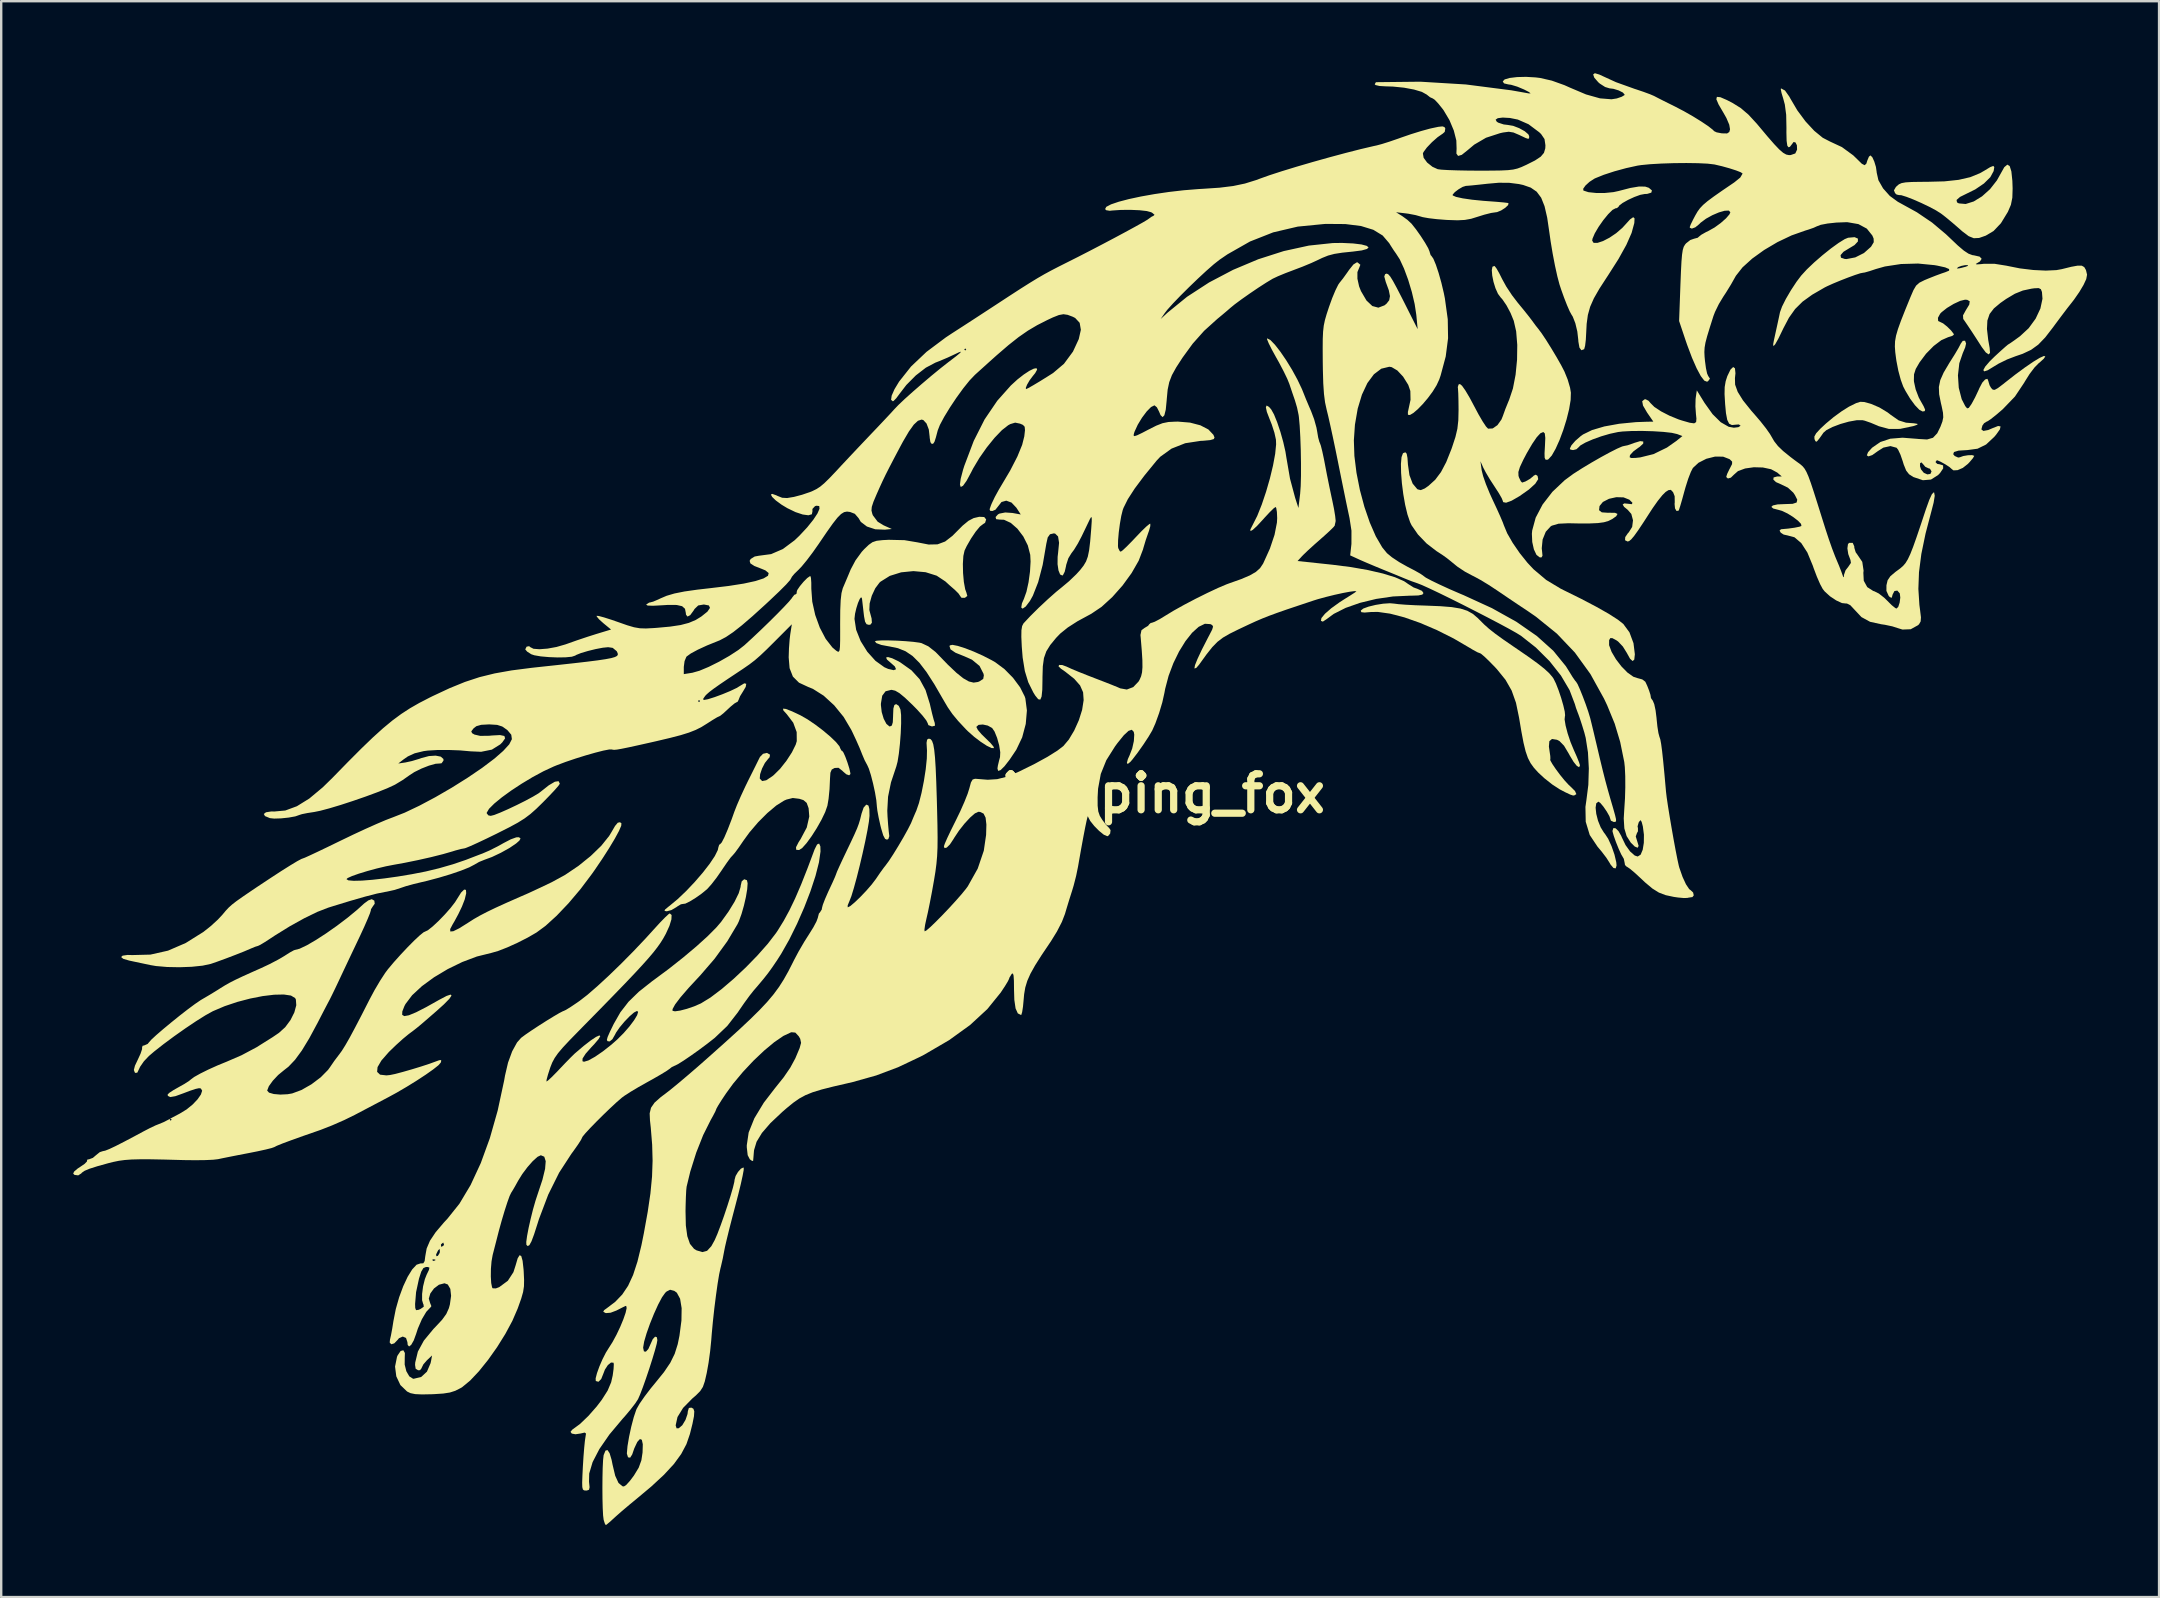
<source format=kicad_pcb>
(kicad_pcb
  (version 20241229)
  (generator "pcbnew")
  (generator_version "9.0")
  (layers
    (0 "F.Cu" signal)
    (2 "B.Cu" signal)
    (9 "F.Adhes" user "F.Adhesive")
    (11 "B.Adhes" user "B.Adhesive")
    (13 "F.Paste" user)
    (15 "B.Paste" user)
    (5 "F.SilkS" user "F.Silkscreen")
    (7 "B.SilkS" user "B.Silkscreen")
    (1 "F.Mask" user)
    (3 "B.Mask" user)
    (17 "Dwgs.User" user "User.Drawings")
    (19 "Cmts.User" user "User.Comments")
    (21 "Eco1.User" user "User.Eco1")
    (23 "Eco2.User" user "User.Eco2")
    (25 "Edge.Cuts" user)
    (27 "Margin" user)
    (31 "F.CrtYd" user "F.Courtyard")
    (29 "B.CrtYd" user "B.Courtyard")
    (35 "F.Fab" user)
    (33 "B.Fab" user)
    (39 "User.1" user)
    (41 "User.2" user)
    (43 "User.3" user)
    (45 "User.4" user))
  (footprint "jumping_fox"
    (layer "F.Cu")
    (at 45.42 30.01)
    (property "Reference" "jumping_fox" (at 0 0 0) (layer "F.SilkS") (effects (font (size 1.5 1.5) (thickness 0.3))))
    (attr board_only exclude_from_pos_files exclude_from_bom)
    (fp_poly (pts (xy 29.203 -16.311) (xy 29.432 -16.248) (xy 29.497 -16.228) (xy 29.831 -16.084) (xy 30.171 -15.879) (xy 30.303 -15.777) (xy 30.635 -15.545) (xy 30.939 -15.45) (xy 30.975 -15.447) (xy 31.274 -15.424) (xy 31.417 -15.4) (xy 31.416 -15.367) (xy 31.285 -15.32) (xy 31.242 -15.307) (xy 30.692 -15.191) (xy 30.228 -15.189) (xy 29.81 -15.302) (xy 29.747 -15.33) (xy 29.47 -15.446) (xy 29.223 -15.532) (xy 29.128 -15.554) (xy 28.883 -15.552) (xy 28.559 -15.494) (xy 28.208 -15.395) (xy 27.88 -15.271) (xy 27.624 -15.14) (xy 27.501 -15.033) (xy 27.407 -14.898) (xy 27.317 -14.774) (xy 27.219 -14.658) (xy 27.166 -14.677) (xy 27.127 -14.767) (xy 27.122 -14.872) (xy 27.195 -15.006) (xy 27.366 -15.193) (xy 27.608 -15.418) (xy 27.926 -15.683) (xy 28.268 -15.932) (xy 28.565 -16.118) (xy 28.603 -16.137) (xy 28.859 -16.263) (xy 29.035 -16.319)) (stroke (width 0) (type solid)) (fill yes) (layer "F.SilkS"))
    (fp_poly (pts (xy 35.26 -26.141) (xy 35.33 -25.917) (xy 35.371 -25.527) (xy 35.382 -25.207) (xy 35.37 -24.823) (xy 35.31 -24.526) (xy 35.185 -24.235) (xy 35.184 -24.233) (xy 34.895 -23.76) (xy 34.586 -23.434) (xy 34.262 -23.242) (xy 33.986 -23.146) (xy 33.765 -23.135) (xy 33.55 -23.221) (xy 33.291 -23.417) (xy 33.175 -23.518) (xy 32.89 -23.766) (xy 32.6 -24.007) (xy 32.397 -24.164) (xy 32.19 -24.295) (xy 31.904 -24.447) (xy 31.578 -24.603) (xy 31.25 -24.747) (xy 30.959 -24.86) (xy 30.744 -24.927) (xy 30.647 -24.933) (xy 30.548 -24.955) (xy 30.484 -25.014) (xy 30.437 -25.13) (xy 30.515 -25.264) (xy 30.559 -25.31) (xy 30.646 -25.382) (xy 30.758 -25.432) (xy 30.925 -25.462) (xy 31.18 -25.478) (xy 31.556 -25.484) (xy 31.817 -25.485) (xy 32.542 -25.504) (xy 33.131 -25.567) (xy 33.614 -25.678) (xy 34.021 -25.844) (xy 34.204 -25.949) (xy 34.448 -26.097) (xy 34.578 -26.147) (xy 34.618 -26.098) (xy 34.594 -25.95) (xy 34.589 -25.929) (xy 34.453 -25.678) (xy 34.187 -25.415) (xy 33.825 -25.169) (xy 33.499 -25.008) (xy 33.191 -24.856) (xy 33.046 -24.729) (xy 33.065 -24.628) (xy 33.141 -24.586) (xy 33.427 -24.561) (xy 33.76 -24.666) (xy 34.107 -24.879) (xy 34.44 -25.178) (xy 34.726 -25.543) (xy 34.882 -25.822) (xy 35.035 -26.095) (xy 35.162 -26.201)) (stroke (width 0) (type solid)) (fill yes) (layer "F.SilkS"))
    (fp_poly (pts (xy -11.098 -6.368) (xy -10.744 -6.347) (xy -10.42 -6.319) (xy -10.166 -6.285) (xy -10.078 -6.266) (xy -9.793 -6.132) (xy -9.496 -5.899) (xy -9.43 -5.833) (xy -8.984 -5.372) (xy -8.626 -5.032) (xy -8.338 -4.801) (xy -8.104 -4.668) (xy -7.906 -4.62) (xy -7.725 -4.647) (xy -7.663 -4.672) (xy -7.506 -4.775) (xy -7.48 -4.918) (xy -7.494 -4.99) (xy -7.66 -5.316) (xy -7.975 -5.575) (xy -8.288 -5.715) (xy -8.661 -5.865) (xy -8.868 -6.005) (xy -8.911 -6.138) (xy -8.896 -6.171) (xy -8.789 -6.194) (xy -8.566 -6.15) (xy -8.258 -6.052) (xy -7.898 -5.912) (xy -7.519 -5.742) (xy -7.155 -5.555) (xy -7.002 -5.467) (xy -6.622 -5.184) (xy -6.264 -4.82) (xy -5.969 -4.423) (xy -5.777 -4.042) (xy -5.75 -3.959) (xy -5.686 -3.459) (xy -5.734 -2.899) (xy -5.883 -2.338) (xy -6.123 -1.834) (xy -6.135 -1.814) (xy -6.4 -1.418) (xy -6.619 -1.136) (xy -6.783 -0.975) (xy -6.884 -0.942) (xy -6.913 -1.044) (xy -6.895 -1.164) (xy -6.843 -1.381) (xy -6.806 -1.517) (xy -6.796 -1.72) (xy -6.842 -2.008) (xy -6.927 -2.316) (xy -7.034 -2.581) (xy -7.135 -2.729) (xy -7.316 -2.83) (xy -7.523 -2.875) (xy -7.7 -2.86) (xy -7.787 -2.783) (xy -7.789 -2.765) (xy -7.731 -2.651) (xy -7.578 -2.471) (xy -7.398 -2.295) (xy -7.203 -2.104) (xy -7.08 -1.957) (xy -7.056 -1.891) (xy -7.162 -1.895) (xy -7.358 -1.99) (xy -7.61 -2.154) (xy -7.884 -2.363) (xy -8.145 -2.594) (xy -8.233 -2.682) (xy -8.554 -3.026) (xy -8.791 -3.312) (xy -8.986 -3.596) (xy -9.162 -3.895) (xy -9.538 -4.545) (xy -9.866 -5.056) (xy -10.164 -5.445) (xy -10.451 -5.73) (xy -10.743 -5.927) (xy -11.059 -6.054) (xy -11.415 -6.128) (xy -11.449 -6.133) (xy -11.752 -6.19) (xy -11.955 -6.265) (xy -12.023 -6.339) (xy -11.945 -6.366) (xy -11.738 -6.378) (xy -11.443 -6.378)) (stroke (width 0) (type solid)) (fill yes) (layer "F.SilkS"))
    (fp_poly (pts (xy 9.61 -7.912) (xy 9.792 -7.889) (xy 10.1 -7.865) (xy 10.492 -7.844) (xy 10.923 -7.829) (xy 11.539 -7.804) (xy 12.015 -7.766) (xy 12.379 -7.705) (xy 12.661 -7.614) (xy 12.89 -7.486) (xy 13.094 -7.314) (xy 13.156 -7.251) (xy 13.36 -7.047) (xy 13.573 -6.857) (xy 13.828 -6.657) (xy 14.156 -6.42) (xy 14.59 -6.121) (xy 14.67 -6.067) (xy 15.188 -5.711) (xy 15.582 -5.427) (xy 15.871 -5.199) (xy 16.075 -5.011) (xy 16.214 -4.847) (xy 16.257 -4.783) (xy 16.355 -4.583) (xy 16.465 -4.301) (xy 16.572 -3.983) (xy 16.662 -3.672) (xy 16.722 -3.414) (xy 16.737 -3.254) (xy 16.731 -3.232) (xy 16.716 -3.087) (xy 16.758 -2.829) (xy 16.844 -2.501) (xy 16.963 -2.144) (xy 17.101 -1.811) (xy 17.227 -1.527) (xy 17.318 -1.3) (xy 17.356 -1.176) (xy 17.357 -1.172) (xy 17.321 -1.094) (xy 17.227 -1.149) (xy 17.091 -1.318) (xy 16.931 -1.583) (xy 16.892 -1.656) (xy 16.692 -1.991) (xy 16.504 -2.184) (xy 16.398 -2.239) (xy 16.191 -2.272) (xy 16.081 -2.182) (xy 16.062 -1.958) (xy 16.088 -1.772) (xy 16.119 -1.564) (xy 16.124 -1.448) (xy 16.118 -1.439) (xy 16.121 -1.38) (xy 16.207 -1.227) (xy 16.351 -1.014) (xy 16.528 -0.776) (xy 16.712 -0.549) (xy 16.879 -0.367) (xy 16.94 -0.311) (xy 17.148 -0.105) (xy 17.207 0.026) (xy 17.116 0.081) (xy 17.067 0.083) (xy 16.949 0.044) (xy 16.735 -0.057) (xy 16.512 -0.174) (xy 16.202 -0.376) (xy 15.864 -0.644) (xy 15.615 -0.876) (xy 15.438 -1.071) (xy 15.299 -1.264) (xy 15.187 -1.482) (xy 15.092 -1.756) (xy 15.005 -2.112) (xy 14.916 -2.581) (xy 14.819 -3.159) (xy 14.69 -3.781) (xy 14.51 -4.289) (xy 14.254 -4.737) (xy 13.897 -5.178) (xy 13.824 -5.257) (xy 13.577 -5.51) (xy 13.371 -5.708) (xy 13.232 -5.824) (xy 13.196 -5.842) (xy 13.085 -5.884) (xy 12.889 -5.991) (xy 12.772 -6.062) (xy 12.094 -6.458) (xy 11.395 -6.809) (xy 10.701 -7.106) (xy 10.042 -7.338) (xy 9.443 -7.494) (xy 8.933 -7.566) (xy 8.646 -7.561) (xy 8.38 -7.539) (xy 8.25 -7.554) (xy 8.224 -7.61) (xy 8.229 -7.626) (xy 8.331 -7.707) (xy 8.552 -7.787) (xy 8.844 -7.858) (xy 9.155 -7.908) (xy 9.437 -7.927)) (stroke (width 0) (type solid)) (fill yes) (layer "F.SilkS"))
    (fp_poly (pts (xy -15.73 -3.524) (xy -15.473 -3.424) (xy -15.123 -3.259) (xy -14.83 -3.092) (xy -14.505 -2.872) (xy -14.178 -2.624) (xy -13.88 -2.373) (xy -13.642 -2.145) (xy -13.495 -1.965) (xy -13.462 -1.881) (xy -13.411 -1.785) (xy -13.383 -1.778) (xy -13.328 -1.705) (xy -13.247 -1.523) (xy -13.16 -1.285) (xy -13.085 -1.046) (xy -13.043 -0.858) (xy -13.039 -0.812) (xy -13.091 -0.758) (xy -13.213 -0.802) (xy -13.355 -0.925) (xy -13.369 -0.942) (xy -13.535 -1.072) (xy -13.7 -1.063) (xy -13.817 -0.998) (xy -13.873 -0.865) (xy -13.89 -0.615) (xy -13.89 -0.608) (xy -13.909 -0.184) (xy -13.949 0.221) (xy -13.998 0.508) (xy -14.09 0.773) (xy -14.246 1.097) (xy -14.442 1.444) (xy -14.656 1.779) (xy -14.866 2.067) (xy -15.048 2.271) (xy -15.177 2.355) (xy -15.298 2.344) (xy -15.305 2.237) (xy -15.196 2.024) (xy -15.113 1.897) (xy -14.858 1.417) (xy -14.753 0.957) (xy -14.781 0.611) (xy -14.861 0.391) (xy -14.996 0.275) (xy -15.169 0.22) (xy -15.441 0.187) (xy -15.702 0.252) (xy -15.804 0.297) (xy -16.126 0.499) (xy -16.498 0.812) (xy -16.884 1.198) (xy -17.247 1.623) (xy -17.495 1.964) (xy -17.682 2.237) (xy -17.839 2.453) (xy -17.94 2.573) (xy -17.953 2.585) (xy -18.034 2.674) (xy -18.177 2.869) (xy -18.356 3.131) (xy -18.402 3.2) (xy -18.614 3.505) (xy -18.829 3.782) (xy -19.002 3.976) (xy -19.017 3.99) (xy -19.24 4.173) (xy -19.491 4.35) (xy -19.73 4.497) (xy -19.917 4.588) (xy -20.01 4.6) (xy -20.1 4.615) (xy -20.26 4.712) (xy -20.285 4.732) (xy -20.494 4.855) (xy -20.686 4.907) (xy -20.691 4.907) (xy -20.784 4.891) (xy -20.763 4.835) (xy -20.617 4.713) (xy -20.574 4.68) (xy -20.234 4.398) (xy -19.875 4.056) (xy -19.519 3.679) (xy -19.187 3.294) (xy -18.903 2.928) (xy -18.688 2.606) (xy -18.564 2.355) (xy -18.542 2.25) (xy -18.506 2.133) (xy -18.473 2.117) (xy -18.402 2.04) (xy -18.29 1.824) (xy -18.148 1.491) (xy -17.984 1.066) (xy -17.876 0.762) (xy -17.767 0.483) (xy -17.606 0.112) (xy -17.418 -0.293) (xy -17.303 -0.529) (xy -17.125 -0.884) (xy -16.969 -1.198) (xy -16.855 -1.429) (xy -16.807 -1.524) (xy -16.679 -1.655) (xy -16.515 -1.692) (xy -16.389 -1.618) (xy -16.406 -1.511) (xy -16.473 -1.435) (xy -16.602 -1.273) (xy -16.721 -1.041) (xy -16.801 -0.804) (xy -16.816 -0.632) (xy -16.812 -0.618) (xy -16.716 -0.519) (xy -16.548 -0.551) (xy -16.295 -0.718) (xy -16.234 -0.767) (xy -15.969 -1.029) (xy -15.705 -1.363) (xy -15.476 -1.716) (xy -15.318 -2.036) (xy -15.274 -2.181) (xy -15.278 -2.56) (xy -15.421 -2.949) (xy -15.684 -3.296) (xy -15.684 -3.297) (xy -15.832 -3.46) (xy -15.848 -3.536)) (stroke (width 0) (type solid)) (fill yes) (layer "F.SilkS"))
    (fp_poly (pts (xy 33.443 -18.749) (xy 33.406 -18.587) (xy 33.316 -18.372) (xy 33.31 -18.361) (xy 33.161 -17.926) (xy 33.104 -17.42) (xy 33.138 -16.902) (xy 33.26 -16.429) (xy 33.409 -16.139) (xy 33.486 -16.047) (xy 33.555 -16.065) (xy 33.657 -16.21) (xy 33.681 -16.249) (xy 33.818 -16.502) (xy 33.961 -16.805) (xy 34 -16.895) (xy 34.117 -17.117) (xy 34.237 -17.25) (xy 34.332 -17.277) (xy 34.374 -17.176) (xy 34.375 -17.161) (xy 34.422 -17.007) (xy 34.486 -16.897) (xy 34.555 -16.825) (xy 34.637 -16.818) (xy 34.767 -16.89) (xy 34.982 -17.053) (xy 35.058 -17.114) (xy 35.498 -17.458) (xy 35.899 -17.753) (xy 36.242 -17.988) (xy 36.51 -18.15) (xy 36.684 -18.228) (xy 36.745 -18.211) (xy 36.684 -18.119) (xy 36.53 -17.977) (xy 36.469 -17.928) (xy 36.295 -17.751) (xy 36.087 -17.476) (xy 35.888 -17.159) (xy 35.862 -17.113) (xy 35.479 -16.539) (xy 34.975 -16.015) (xy 34.96 -16.001) (xy 34.697 -15.776) (xy 34.477 -15.602) (xy 34.332 -15.506) (xy 34.3 -15.494) (xy 34.194 -15.428) (xy 34.123 -15.33) (xy 34.08 -15.169) (xy 34.165 -15.106) (xy 34.365 -15.144) (xy 34.547 -15.222) (xy 34.777 -15.312) (xy 34.879 -15.294) (xy 34.852 -15.172) (xy 34.695 -14.951) (xy 34.616 -14.858) (xy 34.276 -14.54) (xy 33.92 -14.365) (xy 33.496 -14.308) (xy 33.469 -14.307) (xy 33.13 -14.286) (xy 32.94 -14.228) (xy 32.906 -14.137) (xy 32.97 -14.061) (xy 33.114 -13.997) (xy 33.184 -14.009) (xy 33.328 -14.061) (xy 33.522 -14.093) (xy 33.695 -14.098) (xy 33.781 -14.07) (xy 33.782 -14.065) (xy 33.728 -13.971) (xy 33.591 -13.809) (xy 33.518 -13.732) (xy 33.307 -13.566) (xy 33.089 -13.472) (xy 32.914 -13.463) (xy 32.837 -13.525) (xy 32.75 -13.603) (xy 32.579 -13.714) (xy 32.388 -13.82) (xy 32.246 -13.882) (xy 32.224 -13.885) (xy 32.175 -13.82) (xy 32.173 -13.801) (xy 32.244 -13.732) (xy 32.343 -13.716) (xy 32.485 -13.671) (xy 32.489 -13.545) (xy 32.359 -13.353) (xy 32.275 -13.266) (xy 31.98 -13.08) (xy 31.643 -13.052) (xy 31.254 -13.183) (xy 31.245 -13.187) (xy 31.067 -13.301) (xy 30.946 -13.456) (xy 30.874 -13.635) (xy 31.523 -13.635) (xy 31.565 -13.505) (xy 31.681 -13.362) (xy 31.83 -13.295) (xy 31.957 -13.315) (xy 32.004 -13.42) (xy 31.938 -13.532) (xy 31.881 -13.547) (xy 31.742 -13.613) (xy 31.676 -13.694) (xy 31.585 -13.795) (xy 31.527 -13.763) (xy 31.523 -13.635) (xy 30.874 -13.635) (xy 30.845 -13.705) (xy 30.806 -13.835) (xy 30.711 -14.112) (xy 30.613 -14.321) (xy 30.548 -14.405) (xy 30.292 -14.475) (xy 29.998 -14.411) (xy 29.768 -14.266) (xy 29.535 -14.1) (xy 29.374 -14.045) (xy 29.308 -14.089) (xy 29.358 -14.219) (xy 29.527 -14.406) (xy 29.87 -14.644) (xy 30.285 -14.782) (xy 30.796 -14.824) (xy 31.428 -14.775) (xy 31.461 -14.771) (xy 31.818 -14.75) (xy 32.064 -14.821) (xy 32.242 -15.009) (xy 32.376 -15.284) (xy 32.457 -15.501) (xy 32.492 -15.674) (xy 32.481 -15.864) (xy 32.426 -16.133) (xy 32.393 -16.272) (xy 32.321 -16.634) (xy 32.309 -16.936) (xy 32.368 -17.222) (xy 32.509 -17.539) (xy 32.742 -17.933) (xy 32.806 -18.034) (xy 32.984 -18.318) (xy 33.128 -18.563) (xy 33.21 -18.72) (xy 33.215 -18.733) (xy 33.304 -18.859) (xy 33.4 -18.864)) (stroke (width 0) (type solid)) (fill yes) (layer "F.SilkS"))
    (fp_poly (pts (xy 13.809 -21.966) (xy 13.883 -21.869) (xy 13.998 -21.665) (xy 14.112 -21.437) (xy 14.286 -21.121) (xy 14.524 -20.761) (xy 14.768 -20.442) (xy 15 -20.161) (xy 15.21 -19.898) (xy 15.357 -19.706) (xy 15.367 -19.692) (xy 15.508 -19.5) (xy 15.618 -19.362) (xy 15.621 -19.358) (xy 15.758 -19.175) (xy 15.95 -18.887) (xy 16.168 -18.538) (xy 16.387 -18.172) (xy 16.58 -17.831) (xy 16.709 -17.581) (xy 16.844 -17.248) (xy 16.944 -16.906) (xy 16.978 -16.7) (xy 16.968 -16.395) (xy 16.904 -16.012) (xy 16.798 -15.585) (xy 16.661 -15.145) (xy 16.505 -14.726) (xy 16.341 -14.361) (xy 16.183 -14.083) (xy 16.04 -13.925) (xy 15.989 -13.903) (xy 15.92 -13.911) (xy 15.885 -13.991) (xy 15.88 -14.176) (xy 15.897 -14.474) (xy 15.912 -14.812) (xy 15.891 -15.002) (xy 15.827 -15.062) (xy 15.714 -15.012) (xy 15.706 -15.006) (xy 15.557 -14.846) (xy 15.363 -14.561) (xy 15.143 -14.184) (xy 14.996 -13.905) (xy 14.854 -13.602) (xy 14.79 -13.394) (xy 14.795 -13.237) (xy 14.815 -13.169) (xy 14.891 -13.011) (xy 14.947 -12.954) (xy 15.084 -13) (xy 15.266 -13.104) (xy 15.407 -13.216) (xy 15.427 -13.241) (xy 15.516 -13.284) (xy 15.591 -13.23) (xy 15.616 -13.096) (xy 15.493 -12.905) (xy 15.229 -12.665) (xy 14.842 -12.392) (xy 14.51 -12.2) (xy 14.278 -12.115) (xy 14.156 -12.14) (xy 14.139 -12.197) (xy 14.095 -12.306) (xy 13.977 -12.512) (xy 13.81 -12.77) (xy 13.795 -12.793) (xy 13.602 -13.09) (xy 13.434 -13.373) (xy 13.33 -13.571) (xy 13.21 -13.843) (xy 13.262 -13.462) (xy 13.321 -13.225) (xy 13.438 -12.889) (xy 13.596 -12.504) (xy 13.719 -12.234) (xy 13.89 -11.868) (xy 14.038 -11.539) (xy 14.144 -11.289) (xy 14.185 -11.176) (xy 14.323 -10.843) (xy 14.554 -10.441) (xy 14.847 -10.015) (xy 15.172 -9.609) (xy 15.424 -9.341) (xy 15.95 -8.897) (xy 16.55 -8.536) (xy 16.679 -8.471) (xy 17.409 -8.11) (xy 18.036 -7.781) (xy 18.548 -7.491) (xy 18.929 -7.247) (xy 19.162 -7.064) (xy 19.419 -6.713) (xy 19.586 -6.264) (xy 19.643 -5.801) (xy 19.619 -5.579) (xy 19.55 -5.519) (xy 19.442 -5.617) (xy 19.303 -5.867) (xy 19.143 -6.124) (xy 18.946 -6.332) (xy 18.879 -6.38) (xy 18.706 -6.473) (xy 18.621 -6.475) (xy 18.571 -6.389) (xy 18.57 -6.179) (xy 18.674 -5.901) (xy 18.855 -5.594) (xy 19.085 -5.293) (xy 19.337 -5.037) (xy 19.582 -4.864) (xy 19.745 -4.81) (xy 19.953 -4.753) (xy 20.079 -4.657) (xy 20.156 -4.493) (xy 20.235 -4.292) (xy 20.293 -4.112) (xy 20.308 -4.017) (xy 20.305 -4.014) (xy 20.328 -3.953) (xy 20.389 -3.871) (xy 20.451 -3.723) (xy 20.507 -3.46) (xy 20.547 -3.139) (xy 20.548 -3.117) (xy 20.582 -2.791) (xy 20.625 -2.52) (xy 20.668 -2.358) (xy 20.671 -2.353) (xy 20.704 -2.252) (xy 20.739 -2.062) (xy 20.778 -1.768) (xy 20.823 -1.353) (xy 20.876 -0.802) (xy 20.939 -0.098) (xy 20.94 -0.085) (xy 20.969 0.159) (xy 21.022 0.519) (xy 21.093 0.958) (xy 21.174 1.437) (xy 21.259 1.92) (xy 21.342 2.368) (xy 21.416 2.744) (xy 21.474 3.01) (xy 21.496 3.09) (xy 21.63 3.474) (xy 21.773 3.783) (xy 21.906 3.982) (xy 21.974 4.034) (xy 22.07 4.124) (xy 22.097 4.244) (xy 22.04 4.316) (xy 22.02 4.318) (xy 21.872 4.34) (xy 21.83 4.35) (xy 21.687 4.355) (xy 21.442 4.333) (xy 21.269 4.308) (xy 20.927 4.235) (xy 20.645 4.128) (xy 20.374 3.959) (xy 20.066 3.701) (xy 19.872 3.518) (xy 19.633 3.298) (xy 19.435 3.133) (xy 19.315 3.052) (xy 19.3 3.048) (xy 19.232 2.978) (xy 19.219 2.896) (xy 19.183 2.721) (xy 19.149 2.663) (xy 19.071 2.529) (xy 18.965 2.295) (xy 18.855 2.021) (xy 18.764 1.764) (xy 18.714 1.585) (xy 18.711 1.555) (xy 18.749 1.439) (xy 18.841 1.449) (xy 18.96 1.565) (xy 19.076 1.768) (xy 19.097 1.82) (xy 19.255 2.148) (xy 19.446 2.415) (xy 19.638 2.584) (xy 19.762 2.625) (xy 19.884 2.548) (xy 19.97 2.344) (xy 20.017 2.054) (xy 20.021 1.716) (xy 19.976 1.37) (xy 19.927 1.185) (xy 19.881 1.109) (xy 19.816 1.182) (xy 19.802 1.207) (xy 19.756 1.369) (xy 19.772 1.444) (xy 19.772 1.575) (xy 19.732 1.645) (xy 19.681 1.789) (xy 19.739 1.981) (xy 19.8 2.182) (xy 19.761 2.26) (xy 19.64 2.21) (xy 19.473 2.045) (xy 19.301 1.776) (xy 19.205 1.454) (xy 19.18 1.041) (xy 19.204 0.635) (xy 19.232 0.207) (xy 19.245 -0.262) (xy 19.243 -0.717) (xy 19.225 -1.101) (xy 19.202 -1.312) (xy 19.031 -2.152) (xy 18.803 -2.911) (xy 18.49 -3.674) (xy 18.359 -3.951) (xy 17.791 -4.978) (xy 17.144 -5.873) (xy 16.395 -6.66) (xy 15.522 -7.366) (xy 15.198 -7.59) (xy 14.798 -7.856) (xy 14.355 -8.154) (xy 13.953 -8.427) (xy 13.885 -8.473) (xy 13.547 -8.695) (xy 13.208 -8.9) (xy 12.93 -9.051) (xy 12.869 -9.08) (xy 12.564 -9.243) (xy 12.266 -9.44) (xy 12.192 -9.498) (xy 11.953 -9.694) (xy 11.788 -9.824) (xy 11.641 -9.929) (xy 11.458 -10.049) (xy 11.381 -10.098) (xy 10.969 -10.415) (xy 10.607 -10.791) (xy 10.341 -11.175) (xy 10.279 -11.303) (xy 10.169 -11.627) (xy 10.073 -12.028) (xy 9.995 -12.473) (xy 9.937 -12.928) (xy 9.904 -13.359) (xy 9.897 -13.732) (xy 9.922 -14.014) (xy 9.98 -14.172) (xy 9.996 -14.185) (xy 10.083 -14.216) (xy 10.137 -14.156) (xy 10.17 -13.979) (xy 10.189 -13.706) (xy 10.252 -13.264) (xy 10.385 -12.912) (xy 10.574 -12.686) (xy 10.597 -12.671) (xy 10.724 -12.64) (xy 10.891 -12.71) (xy 11.045 -12.818) (xy 11.327 -13.074) (xy 11.566 -13.393) (xy 11.784 -13.807) (xy 12.001 -14.35) (xy 12.031 -14.436) (xy 12.168 -14.854) (xy 12.249 -15.198) (xy 12.288 -15.546) (xy 12.298 -15.978) (xy 12.298 -16.002) (xy 12.294 -16.366) (xy 12.286 -16.674) (xy 12.273 -16.881) (xy 12.266 -16.933) (xy 12.3 -17.043) (xy 12.356 -17.06) (xy 12.443 -16.988) (xy 12.584 -16.788) (xy 12.763 -16.486) (xy 12.939 -16.155) (xy 13.129 -15.798) (xy 13.304 -15.498) (xy 13.443 -15.289) (xy 13.528 -15.2) (xy 13.719 -15.209) (xy 13.918 -15.347) (xy 14.084 -15.581) (xy 14.142 -15.724) (xy 14.246 -16.014) (xy 14.375 -16.332) (xy 14.406 -16.404) (xy 14.563 -16.874) (xy 14.674 -17.447) (xy 14.735 -18.069) (xy 14.744 -18.689) (xy 14.698 -19.254) (xy 14.598 -19.694) (xy 14.464 -20.021) (xy 14.294 -20.34) (xy 14.124 -20.588) (xy 14.059 -20.659) (xy 13.94 -20.819) (xy 13.836 -21.051) (xy 13.754 -21.316) (xy 13.701 -21.578) (xy 13.683 -21.801) (xy 13.709 -21.946) (xy 13.785 -21.978)) (stroke (width 0) (type solid)) (fill yes) (layer "F.SilkS"))
    (fp_poly (pts (xy -22.58 1.239) (xy -22.588 1.344) (xy -22.684 1.565) (xy -22.855 1.881) (xy -23.09 2.273) (xy -23.375 2.718) (xy -23.7 3.197) (xy -23.804 3.344) (xy -24.282 3.98) (xy -24.782 4.571) (xy -25.278 5.092) (xy -25.743 5.515) (xy -26.118 5.791) (xy -26.49 6.006) (xy -26.913 6.221) (xy -27.338 6.413) (xy -27.718 6.561) (xy -28.004 6.643) (xy -28.017 6.646) (xy -28.601 6.791) (xy -29.212 7.021) (xy -29.817 7.316) (xy -30.387 7.657) (xy -30.891 8.026) (xy -31.298 8.403) (xy -31.576 8.771) (xy -31.621 8.856) (xy -31.709 9.081) (xy -31.714 9.221) (xy -31.626 9.274) (xy -31.436 9.24) (xy -31.134 9.115) (xy -30.711 8.898) (xy -30.163 8.591) (xy -29.863 8.433) (xy -29.695 8.377) (xy -29.658 8.419) (xy -29.751 8.556) (xy -29.973 8.783) (xy -30.279 9.059) (xy -30.605 9.342) (xy -30.834 9.54) (xy -30.998 9.679) (xy -31.128 9.785) (xy -31.257 9.885) (xy -31.415 10.003) (xy -31.452 10.031) (xy -31.679 10.218) (xy -31.964 10.475) (xy -32.25 10.751) (xy -32.277 10.779) (xy -32.58 11.125) (xy -32.74 11.399) (xy -32.758 11.597) (xy -32.635 11.714) (xy -32.371 11.744) (xy -32.216 11.728) (xy -32.008 11.685) (xy -31.691 11.601) (xy -31.314 11.493) (xy -30.928 11.375) (xy -30.583 11.262) (xy -30.369 11.184) (xy -30.168 11.111) (xy -30.089 11.106) (xy -30.094 11.174) (xy -30.11 11.216) (xy -30.206 11.324) (xy -30.423 11.496) (xy -30.732 11.714) (xy -31.107 11.96) (xy -31.52 12.216) (xy -31.942 12.463) (xy -32.283 12.649) (xy -32.702 12.87) (xy -33.179 13.121) (xy -33.623 13.355) (xy -33.697 13.394) (xy -34.134 13.608) (xy -34.634 13.827) (xy -35.103 14.011) (xy -35.179 14.038) (xy -35.835 14.266) (xy -36.34 14.447) (xy -36.703 14.582) (xy -36.934 14.676) (xy -37.042 14.731) (xy -37.154 14.771) (xy -37.397 14.832) (xy -37.734 14.906) (xy -38.1 14.979) (xy -38.521 15.06) (xy -38.911 15.137) (xy -39.223 15.2) (xy -39.388 15.235) (xy -39.588 15.258) (xy -39.915 15.273) (xy -40.329 15.278) (xy -40.788 15.273) (xy -40.912 15.27) (xy -41.619 15.251) (xy -42.182 15.24) (xy -42.628 15.239) (xy -42.982 15.248) (xy -43.27 15.269) (xy -43.517 15.302) (xy -43.75 15.35) (xy -43.954 15.401) (xy -44.417 15.53) (xy -44.74 15.633) (xy -44.945 15.719) (xy -45.058 15.797) (xy -45.082 15.827) (xy -45.211 15.91) (xy -45.365 15.89) (xy -45.42 15.838) (xy -45.384 15.753) (xy -45.236 15.626) (xy -45.129 15.556) (xy -44.941 15.427) (xy -44.845 15.327) (xy -44.845 15.297) (xy -44.828 15.249) (xy -44.76 15.24) (xy -44.6 15.18) (xy -44.473 15.071) (xy -44.313 14.942) (xy -44.188 14.901) (xy -44.087 14.88) (xy -43.914 14.812) (xy -43.652 14.688) (xy -43.284 14.5) (xy -42.795 14.241) (xy -42.502 14.083) (xy -42.226 13.94) (xy -41.988 13.827) (xy -41.867 13.779) (xy -41.664 13.696) (xy -41.487 13.606) (xy -41.455 13.589) (xy -41.402 13.589) (xy -41.36 13.631) (xy -41.317 13.589) (xy -41.36 13.547) (xy -41.402 13.589) (xy -41.455 13.589) (xy -41.264 13.485) (xy -41.004 13.348) (xy -40.979 13.335) (xy -40.696 13.162) (xy -40.443 12.956) (xy -40.238 12.74) (xy -40.1 12.541) (xy -40.048 12.382) (xy -40.101 12.29) (xy -40.176 12.277) (xy -40.318 12.307) (xy -40.56 12.387) (xy -40.822 12.487) (xy -41.163 12.61) (xy -41.376 12.647) (xy -41.475 12.599) (xy -41.487 12.542) (xy -41.418 12.472) (xy -41.239 12.355) (xy -41.042 12.243) (xy -40.787 12.1) (xy -40.591 11.973) (xy -40.513 11.909) (xy -40.378 11.809) (xy -40.122 11.666) (xy -39.785 11.499) (xy -39.403 11.327) (xy -39.031 11.175) (xy -38.407 10.905) (xy -37.785 10.574) (xy -37.116 10.154) (xy -36.848 9.972) (xy -36.587 9.736) (xy -36.367 9.439) (xy -36.207 9.12) (xy -36.126 8.821) (xy -36.143 8.582) (xy -36.176 8.521) (xy -36.347 8.418) (xy -36.647 8.374) (xy -37.049 8.383) (xy -37.524 8.44) (xy -38.044 8.542) (xy -38.581 8.683) (xy -39.107 8.859) (xy -39.594 9.066) (xy -39.61 9.074) (xy -39.908 9.239) (xy -40.3 9.485) (xy -40.747 9.785) (xy -41.212 10.113) (xy -41.656 10.442) (xy -42.043 10.746) (xy -42.267 10.937) (xy -42.475 11.157) (xy -42.633 11.385) (xy -42.671 11.467) (xy -42.749 11.629) (xy -42.828 11.642) (xy -42.856 11.618) (xy -42.893 11.517) (xy -42.848 11.341) (xy -42.728 11.087) (xy -42.614 10.839) (xy -42.551 10.65) (xy -42.55 10.575) (xy -42.527 10.509) (xy -42.47 10.499) (xy -42.318 10.433) (xy -42.274 10.379) (xy -42.172 10.262) (xy -41.963 10.068) (xy -41.677 9.821) (xy -41.343 9.544) (xy -40.991 9.26) (xy -40.649 8.994) (xy -40.347 8.77) (xy -40.115 8.612) (xy -40.059 8.578) (xy -39.738 8.39) (xy -39.401 8.184) (xy -39.295 8.116) (xy -39.099 7.995) (xy -38.896 7.88) (xy -38.656 7.758) (xy -38.345 7.611) (xy -37.932 7.425) (xy -37.592 7.274) (xy -37.235 7.106) (xy -36.889 6.925) (xy -36.622 6.769) (xy -36.603 6.756) (xy -36.388 6.62) (xy -36.231 6.534) (xy -36.188 6.519) (xy -35.988 6.467) (xy -35.686 6.323) (xy -35.309 6.104) (xy -34.885 5.829) (xy -34.438 5.515) (xy -33.998 5.182) (xy -33.589 4.845) (xy -33.299 4.582) (xy -33.124 4.453) (xy -32.981 4.403) (xy -32.874 4.464) (xy -32.858 4.592) (xy -32.935 4.699) (xy -33.014 4.822) (xy -33.02 4.871) (xy -33.055 4.987) (xy -33.151 5.224) (xy -33.294 5.552) (xy -33.472 5.938) (xy -33.536 6.072) (xy -33.755 6.533) (xy -33.979 7.005) (xy -34.182 7.435) (xy -34.339 7.769) (xy -34.348 7.789) (xy -34.499 8.108) (xy -34.633 8.384) (xy -34.725 8.569) (xy -34.738 8.594) (xy -34.815 8.739) (xy -34.948 8.993) (xy -35.116 9.317) (xy -35.235 9.549) (xy -35.585 10.199) (xy -35.895 10.709) (xy -36.179 11.096) (xy -36.451 11.382) (xy -36.635 11.526) (xy -36.881 11.728) (xy -37.105 11.967) (xy -37.27 12.197) (xy -37.338 12.373) (xy -37.338 12.379) (xy -37.262 12.463) (xy -37.065 12.52) (xy -36.792 12.544) (xy -36.489 12.529) (xy -36.297 12.496) (xy -35.911 12.353) (xy -35.495 12.116) (xy -35.107 11.823) (xy -34.803 11.515) (xy -34.721 11.402) (xy -34.543 11.142) (xy -34.349 10.885) (xy -34.344 10.88) (xy -34.227 10.719) (xy -34.083 10.489) (xy -33.903 10.175) (xy -33.679 9.757) (xy -33.399 9.22) (xy -33.08 8.594) (xy -32.867 8.195) (xy -32.636 7.804) (xy -32.423 7.476) (xy -32.31 7.324) (xy -32.058 7.024) (xy -31.773 6.707) (xy -31.482 6.398) (xy -31.21 6.124) (xy -30.981 5.91) (xy -30.823 5.782) (xy -30.769 5.757) (xy -30.643 5.697) (xy -30.441 5.536) (xy -30.196 5.308) (xy -29.939 5.042) (xy -29.701 4.773) (xy -29.513 4.53) (xy -29.435 4.406) (xy -29.26 4.128) (xy -29.132 4.002) (xy -29.057 4.016) (xy -29.047 4.157) (xy -29.108 4.413) (xy -29.223 4.709) (xy -29.374 5.024) (xy -29.542 5.335) (xy -29.605 5.44) (xy -29.715 5.649) (xy -29.709 5.749) (xy -29.585 5.738) (xy -29.339 5.617) (xy -28.969 5.385) (xy -28.954 5.375) (xy -28.727 5.23) (xy -28.479 5.088) (xy -28.185 4.935) (xy -27.822 4.76) (xy -27.363 4.551) (xy -26.784 4.296) (xy -26.458 4.154) (xy -26.313 4.087) (xy -26.056 3.967) (xy -25.728 3.812) (xy -25.485 3.696) (xy -24.922 3.388) (xy -24.367 3.013) (xy -23.855 2.599) (xy -23.418 2.176) (xy -23.093 1.771) (xy -23.003 1.623) (xy -22.845 1.352) (xy -22.732 1.217) (xy -22.641 1.197)) (stroke (width 0) (type solid)) (fill yes) (layer "F.SilkS"))
    (fp_poly (pts (xy 23.813 -17.716) (xy 23.834 -17.508) (xy 23.813 -17.304) (xy 23.82 -17.035) (xy 23.928 -16.734) (xy 24.147 -16.381) (xy 24.488 -15.955) (xy 24.614 -15.812) (xy 24.873 -15.51) (xy 25.104 -15.217) (xy 25.271 -14.98) (xy 25.316 -14.903) (xy 25.448 -14.676) (xy 25.605 -14.476) (xy 25.82 -14.269) (xy 26.129 -14.019) (xy 26.298 -13.891) (xy 26.436 -13.79) (xy 26.547 -13.709) (xy 26.638 -13.628) (xy 26.718 -13.529) (xy 26.795 -13.393) (xy 26.878 -13.203) (xy 26.974 -12.939) (xy 27.092 -12.583) (xy 27.24 -12.117) (xy 27.427 -11.521) (xy 27.589 -11.007) (xy 27.722 -10.603) (xy 27.861 -10.207) (xy 27.985 -9.883) (xy 28.028 -9.779) (xy 28.147 -9.496) (xy 28.246 -9.243) (xy 28.281 -9.144) (xy 28.33 -9.009) (xy 28.351 -9.029) (xy 28.356 -9.11) (xy 28.422 -9.301) (xy 28.53 -9.438) (xy 28.645 -9.608) (xy 28.627 -9.726) (xy 28.534 -9.975) (xy 28.498 -10.214) (xy 28.522 -10.39) (xy 28.57 -10.443) (xy 28.72 -10.443) (xy 28.784 -10.297) (xy 28.787 -10.237) (xy 28.844 -10.05) (xy 28.9 -9.974) (xy 29.118 -9.651) (xy 29.173 -9.282) (xy 29.163 -9.195) (xy 29.18 -8.864) (xy 29.325 -8.599) (xy 29.576 -8.438) (xy 29.617 -8.427) (xy 29.806 -8.333) (xy 30.033 -8.156) (xy 30.153 -8.038) (xy 30.34 -7.851) (xy 30.489 -7.73) (xy 30.544 -7.705) (xy 30.618 -7.778) (xy 30.675 -7.953) (xy 30.702 -8.161) (xy 30.682 -8.334) (xy 30.68 -8.339) (xy 30.578 -8.455) (xy 30.458 -8.435) (xy 30.381 -8.288) (xy 30.38 -8.281) (xy 30.346 -8.154) (xy 30.274 -8.179) (xy 30.221 -8.229) (xy 30.124 -8.441) (xy 30.125 -8.676) (xy 30.174 -8.884) (xy 30.289 -9.054) (xy 30.51 -9.24) (xy 30.561 -9.277) (xy 30.701 -9.38) (xy 30.818 -9.482) (xy 30.92 -9.601) (xy 31.017 -9.76) (xy 31.119 -9.977) (xy 31.236 -10.274) (xy 31.377 -10.671) (xy 31.552 -11.188) (xy 31.767 -11.837) (xy 31.91 -12.235) (xy 32.02 -12.473) (xy 32.097 -12.549) (xy 32.112 -12.541) (xy 32.137 -12.405) (xy 32.091 -12.12) (xy 32.008 -11.796) (xy 31.754 -10.829) (xy 31.579 -9.981) (xy 31.481 -9.222) (xy 31.455 -8.523) (xy 31.498 -7.855) (xy 31.529 -7.62) (xy 31.563 -7.339) (xy 31.55 -7.169) (xy 31.485 -7.055) (xy 31.442 -7.013) (xy 31.137 -6.844) (xy 30.792 -6.831) (xy 30.607 -6.888) (xy 30.37 -6.964) (xy 30.059 -7.03) (xy 29.907 -7.052) (xy 29.442 -7.154) (xy 29.084 -7.35) (xy 28.787 -7.666) (xy 28.619 -7.846) (xy 28.475 -7.918) (xy 28.448 -7.915) (xy 28.272 -7.934) (xy 28.03 -8.046) (xy 27.773 -8.217) (xy 27.553 -8.418) (xy 27.471 -8.521) (xy 27.361 -8.725) (xy 27.227 -9.033) (xy 27.092 -9.389) (xy 27.056 -9.494) (xy 26.831 -10.039) (xy 26.575 -10.435) (xy 26.293 -10.675) (xy 26.002 -10.753) (xy 25.843 -10.788) (xy 25.722 -10.867) (xy 25.672 -10.954) (xy 25.73 -11.009) (xy 25.762 -11.013) (xy 26.031 -11.037) (xy 26.296 -11.074) (xy 26.5 -11.115) (xy 26.583 -11.146) (xy 26.566 -11.234) (xy 26.437 -11.368) (xy 26.236 -11.522) (xy 26.002 -11.667) (xy 25.775 -11.775) (xy 25.643 -11.813) (xy 25.408 -11.874) (xy 25.33 -11.941) (xy 25.394 -12.002) (xy 25.59 -12.045) (xy 25.894 -12.058) (xy 26.216 -12.069) (xy 26.383 -12.124) (xy 26.41 -12.241) (xy 26.31 -12.438) (xy 26.242 -12.537) (xy 26.02 -12.742) (xy 25.734 -12.881) (xy 25.52 -12.975) (xy 25.412 -13.081) (xy 25.424 -13.169) (xy 25.57 -13.208) (xy 25.582 -13.208) (xy 25.765 -13.208) (xy 25.578 -13.37) (xy 25.319 -13.51) (xy 24.977 -13.583) (xy 24.6 -13.593) (xy 24.238 -13.542) (xy 23.94 -13.433) (xy 23.762 -13.276) (xy 23.644 -13.16) (xy 23.521 -13.124) (xy 23.454 -13.183) (xy 23.453 -13.201) (xy 23.491 -13.321) (xy 23.584 -13.514) (xy 23.601 -13.544) (xy 23.693 -13.725) (xy 23.696 -13.827) (xy 23.607 -13.915) (xy 23.585 -13.932) (xy 23.318 -14.035) (xy 22.98 -14.036) (xy 22.621 -13.946) (xy 22.293 -13.779) (xy 22.061 -13.563) (xy 21.975 -13.396) (xy 21.866 -13.114) (xy 21.755 -12.764) (xy 21.707 -12.594) (xy 21.614 -12.255) (xy 21.535 -11.984) (xy 21.481 -11.818) (xy 21.466 -11.785) (xy 21.379 -11.771) (xy 21.316 -11.88) (xy 21.298 -12.065) (xy 21.305 -12.13) (xy 21.301 -12.387) (xy 21.236 -12.553) (xy 21.143 -12.651) (xy 21.044 -12.64) (xy 20.925 -12.564) (xy 20.79 -12.43) (xy 20.6 -12.194) (xy 20.391 -11.898) (xy 20.313 -11.779) (xy 20.01 -11.31) (xy 19.782 -10.967) (xy 19.614 -10.733) (xy 19.493 -10.589) (xy 19.405 -10.517) (xy 19.341 -10.499) (xy 19.234 -10.552) (xy 19.242 -10.683) (xy 19.357 -10.85) (xy 19.389 -10.88) (xy 19.531 -11.106) (xy 19.566 -11.383) (xy 19.496 -11.647) (xy 19.346 -11.819) (xy 19.195 -11.943) (xy 19.135 -12.042) (xy 19.204 -12.087) (xy 19.346 -12.073) (xy 19.519 -12.054) (xy 19.543 -12.113) (xy 19.415 -12.24) (xy 19.41 -12.243) (xy 19.172 -12.338) (xy 18.871 -12.346) (xy 18.565 -12.278) (xy 18.311 -12.147) (xy 18.171 -11.976) (xy 18.151 -11.804) (xy 18.265 -11.714) (xy 18.523 -11.696) (xy 18.547 -11.697) (xy 18.815 -11.696) (xy 18.921 -11.648) (xy 18.866 -11.552) (xy 18.7 -11.435) (xy 18.543 -11.356) (xy 18.355 -11.301) (xy 18.106 -11.267) (xy 17.768 -11.252) (xy 17.311 -11.251) (xy 16.875 -11.26) (xy 16.465 -11.241) (xy 16.187 -11.16) (xy 16.139 -11.132) (xy 15.932 -10.907) (xy 15.8 -10.582) (xy 15.764 -10.217) (xy 15.776 -10.103) (xy 15.795 -9.908) (xy 15.754 -9.836) (xy 15.68 -9.838) (xy 15.544 -9.943) (xy 15.436 -10.172) (xy 15.368 -10.479) (xy 15.353 -10.82) (xy 15.365 -10.955) (xy 15.511 -11.492) (xy 15.799 -12.04) (xy 16.209 -12.57) (xy 16.72 -13.053) (xy 17.08 -13.318) (xy 17.443 -13.55) (xy 17.837 -13.787) (xy 18.233 -14.014) (xy 18.599 -14.213) (xy 18.903 -14.367) (xy 19.115 -14.459) (xy 19.19 -14.478) (xy 19.342 -14.509) (xy 19.566 -14.586) (xy 19.618 -14.607) (xy 19.864 -14.681) (xy 19.994 -14.665) (xy 19.991 -14.578) (xy 19.84 -14.439) (xy 19.784 -14.402) (xy 19.583 -14.254) (xy 19.452 -14.112) (xy 19.437 -14.083) (xy 19.427 -14.008) (xy 19.496 -13.977) (xy 19.676 -13.982) (xy 19.867 -14.003) (xy 20.419 -14.14) (xy 20.98 -14.413) (xy 21.374 -14.69) (xy 21.624 -14.893) (xy 21.404 -14.976) (xy 21.181 -15.027) (xy 20.834 -15.066) (xy 20.411 -15.093) (xy 19.955 -15.106) (xy 19.514 -15.103) (xy 19.132 -15.083) (xy 18.941 -15.06) (xy 18.603 -14.987) (xy 18.237 -14.88) (xy 17.883 -14.752) (xy 17.581 -14.62) (xy 17.372 -14.5) (xy 17.298 -14.424) (xy 17.208 -14.343) (xy 17.068 -14.308) (xy 16.956 -14.33) (xy 16.935 -14.372) (xy 17.001 -14.508) (xy 17.163 -14.694) (xy 17.379 -14.883) (xy 17.484 -14.959) (xy 17.859 -15.142) (xy 18.372 -15.293) (xy 18.992 -15.405) (xy 19.691 -15.473) (xy 20.134 -15.489) (xy 20.413 -15.494) (xy 20.15 -15.876) (xy 19.983 -16.162) (xy 19.949 -16.344) (xy 20.047 -16.422) (xy 20.093 -16.425) (xy 20.215 -16.361) (xy 20.294 -16.267) (xy 20.457 -16.104) (xy 20.737 -15.92) (xy 21.089 -15.739) (xy 21.467 -15.585) (xy 21.616 -15.537) (xy 21.93 -15.447) (xy 22.114 -15.422) (xy 22.196 -15.475) (xy 22.208 -15.621) (xy 22.188 -15.812) (xy 22.166 -16.126) (xy 22.173 -16.427) (xy 22.182 -16.505) (xy 22.225 -16.796) (xy 22.545 -16.276) (xy 22.881 -15.805) (xy 23.221 -15.469) (xy 23.552 -15.279) (xy 23.768 -15.24) (xy 23.956 -15.263) (xy 24.044 -15.319) (xy 24.045 -15.326) (xy 23.977 -15.376) (xy 23.855 -15.368) (xy 23.687 -15.351) (xy 23.57 -15.409) (xy 23.492 -15.567) (xy 23.439 -15.848) (xy 23.404 -16.226) (xy 23.38 -16.638) (xy 23.386 -16.936) (xy 23.427 -17.177) (xy 23.495 -17.388) (xy 23.627 -17.661) (xy 23.738 -17.769)) (stroke (width 0) (type solid)) (fill yes) (layer "F.SilkS"))
    (fp_poly (pts (xy -14.291 2.204) (xy -14.285 2.415) (xy -14.35 2.87) (xy -14.494 3.433) (xy -14.703 4.07) (xy -14.964 4.747) (xy -15.263 5.429) (xy -15.586 6.083) (xy -15.921 6.675) (xy -16.085 6.932) (xy -16.293 7.239) (xy -16.472 7.487) (xy -16.662 7.728) (xy -16.903 8.015) (xy -17.069 8.207) (xy -17.242 8.425) (xy -17.463 8.728) (xy -17.689 9.056) (xy -17.728 9.116) (xy -18.171 9.685) (xy -18.693 10.182) (xy -19.008 10.429) (xy -19.348 10.682) (xy -19.684 10.921) (xy -19.984 11.125) (xy -20.218 11.272) (xy -20.357 11.342) (xy -20.372 11.345) (xy -20.478 11.396) (xy -20.571 11.47) (xy -20.701 11.561) (xy -20.942 11.708) (xy -21.256 11.889) (xy -21.505 12.027) (xy -21.866 12.23) (xy -22.198 12.428) (xy -22.455 12.594) (xy -22.56 12.671) (xy -22.777 12.859) (xy -23.043 13.106) (xy -23.332 13.384) (xy -23.618 13.668) (xy -23.875 13.932) (xy -24.075 14.148) (xy -24.194 14.291) (xy -24.215 14.33) (xy -24.263 14.431) (xy -24.391 14.63) (xy -24.576 14.892) (xy -24.668 15.017) (xy -25.176 15.799) (xy -25.63 16.714) (xy -26.014 17.728) (xy -26.077 17.927) (xy -26.218 18.367) (xy -26.327 18.658) (xy -26.413 18.815) (xy -26.483 18.855) (xy -26.539 18.803) (xy -26.544 18.683) (xy -26.511 18.438) (xy -26.448 18.106) (xy -26.362 17.725) (xy -26.264 17.331) (xy -26.159 16.964) (xy -26.069 16.69) (xy -25.871 16.094) (xy -25.76 15.639) (xy -25.734 15.319) (xy -25.794 15.132) (xy -25.937 15.071) (xy -26.075 15.137) (xy -26.271 15.313) (xy -26.492 15.563) (xy -26.709 15.852) (xy -26.88 16.129) (xy -27.018 16.377) (xy -27.13 16.567) (xy -27.175 16.637) (xy -27.239 16.771) (xy -27.333 17.033) (xy -27.447 17.386) (xy -27.568 17.793) (xy -27.686 18.22) (xy -27.725 18.373) (xy -27.812 18.713) (xy -27.895 19.035) (xy -27.945 19.229) (xy -27.991 19.49) (xy -28.017 19.804) (xy -28.021 20.123) (xy -28.005 20.396) (xy -27.969 20.575) (xy -27.942 20.615) (xy -27.811 20.619) (xy -27.671 20.566) (xy -27.312 20.301) (xy -27.08 19.944) (xy -26.989 19.662) (xy -26.902 19.365) (xy -26.822 19.235) (xy -26.753 19.271) (xy -26.697 19.47) (xy -26.657 19.829) (xy -26.651 19.918) (xy -26.635 20.267) (xy -26.64 20.531) (xy -26.676 20.769) (xy -26.753 21.039) (xy -26.881 21.4) (xy -26.904 21.463) (xy -27.123 21.97) (xy -27.416 22.515) (xy -27.76 23.067) (xy -28.134 23.595) (xy -28.514 24.068) (xy -28.879 24.455) (xy -29.206 24.726) (xy -29.282 24.773) (xy -29.503 24.885) (xy -29.725 24.956) (xy -30.001 24.999) (xy -30.383 25.024) (xy -30.48 25.028) (xy -30.891 25.036) (xy -31.173 25.023) (xy -31.368 24.983) (xy -31.509 24.915) (xy -31.788 24.646) (xy -31.959 24.283) (xy -32.011 23.876) (xy -31.93 23.471) (xy -31.906 23.414) (xy -31.779 23.227) (xy -31.666 23.196) (xy -31.601 23.31) (xy -31.607 23.497) (xy -31.61 23.792) (xy -31.541 24.07) (xy -31.418 24.283) (xy -31.262 24.382) (xy -31.235 24.384) (xy -30.921 24.308) (xy -30.682 24.087) (xy -30.531 23.734) (xy -30.51 23.637) (xy -30.47 23.413) (xy -30.686 23.617) (xy -30.833 23.786) (xy -30.902 23.928) (xy -30.903 23.939) (xy -30.969 24.026) (xy -31.052 24.029) (xy -31.152 23.967) (xy -31.177 23.806) (xy -31.17 23.705) (xy -31.06 23.252) (xy -30.811 22.794) (xy -30.413 22.311) (xy -30.33 22.225) (xy -30.052 21.927) (xy -29.876 21.684) (xy -29.769 21.445) (xy -29.726 21.289) (xy -29.676 20.927) (xy -29.708 20.639) (xy -29.814 20.456) (xy -29.951 20.405) (xy -30.183 20.466) (xy -30.39 20.623) (xy -30.541 20.83) (xy -30.605 21.046) (xy -30.551 21.226) (xy -30.498 21.358) (xy -30.532 21.406) (xy -30.71 21.595) (xy -30.894 21.905) (xy -31.06 22.29) (xy -31.13 22.505) (xy -31.232 22.786) (xy -31.337 22.969) (xy -31.426 23.038) (xy -31.484 22.976) (xy -31.496 22.857) (xy -31.554 22.683) (xy -31.69 22.625) (xy -31.848 22.695) (xy -31.902 22.761) (xy -32.043 22.908) (xy -32.168 22.946) (xy -32.234 22.874) (xy -32.222 22.754) (xy -32.181 22.574) (xy -32.128 22.29) (xy -32.079 21.981) (xy -31.98 21.479) (xy -31.921 21.271) (xy -31.176 21.271) (xy -31.17 21.434) (xy -31.136 21.525) (xy -31.029 21.511) (xy -30.952 21.477) (xy -30.815 21.383) (xy -30.826 21.285) (xy -30.837 21.272) (xy -30.884 21.113) (xy -30.884 20.849) (xy -30.844 20.537) (xy -30.769 20.234) (xy -30.695 20.047) (xy -30.598 19.846) (xy -30.579 19.754) (xy -30.642 19.728) (xy -30.723 19.727) (xy -30.829 19.77) (xy -30.919 19.919) (xy -31.011 20.205) (xy -31.014 20.214) (xy -31.135 20.777) (xy -31.176 21.271) (xy -31.921 21.271) (xy -31.84 20.987) (xy -31.671 20.53) (xy -31.486 20.135) (xy -31.296 19.827) (xy -31.114 19.632) (xy -30.952 19.578) (xy -30.948 19.578) (xy -30.834 19.574) (xy -30.777 19.478) (xy -30.77 19.417) (xy -30.452 19.417) (xy -30.44 19.467) (xy -30.395 19.473) (xy -30.326 19.442) (xy -30.339 19.417) (xy -30.439 19.407) (xy -30.452 19.417) (xy -30.77 19.417) (xy -30.752 19.28) (xy -30.739 19.205) (xy -30.301 19.205) (xy -30.288 19.279) (xy -30.226 19.262) (xy -30.152 19.141) (xy -30.143 19.066) (xy -30.156 18.971) (xy -30.215 19.033) (xy -30.226 19.05) (xy -30.301 19.205) (xy -30.739 19.205) (xy -30.694 18.956) (xy -30.626 18.796) (xy -30.099 18.796) (xy -30.092 18.874) (xy -30.062 18.881) (xy -29.975 18.819) (xy -29.972 18.796) (xy -30.001 18.714) (xy -30.009 18.711) (xy -30.082 18.771) (xy -30.099 18.796) (xy -30.626 18.796) (xy -30.556 18.633) (xy -30.32 18.279) (xy -29.969 17.866) (xy -29.829 17.716) (xy -29.329 17.091) (xy -28.864 16.313) (xy -28.439 15.397) (xy -28.061 14.358) (xy -27.735 13.209) (xy -27.467 11.964) (xy -27.428 11.745) (xy -27.303 11.21) (xy -27.131 10.741) (xy -26.929 10.373) (xy -26.758 10.179) (xy -26.586 10.051) (xy -26.331 9.876) (xy -26.027 9.676) (xy -25.708 9.473) (xy -25.41 9.29) (xy -25.168 9.148) (xy -25.015 9.069) (xy -24.985 9.059) (xy -24.89 9.014) (xy -24.693 8.892) (xy -24.431 8.716) (xy -24.321 8.639) (xy -23.995 8.387) (xy -23.584 8.03) (xy -23.112 7.595) (xy -22.605 7.104) (xy -22.088 6.582) (xy -21.587 6.054) (xy -21.22 5.65) (xy -20.971 5.378) (xy -20.76 5.161) (xy -20.614 5.026) (xy -20.564 4.995) (xy -20.489 5.062) (xy -20.497 5.245) (xy -20.579 5.514) (xy -20.728 5.842) (xy -20.843 6.049) (xy -20.952 6.222) (xy -21.083 6.407) (xy -21.247 6.618) (xy -21.456 6.865) (xy -21.719 7.159) (xy -22.047 7.513) (xy -22.451 7.938) (xy -22.942 8.445) (xy -23.529 9.047) (xy -24.224 9.754) (xy -24.351 9.884) (xy -24.736 10.278) (xy -25.019 10.581) (xy -25.221 10.819) (xy -25.361 11.019) (xy -25.462 11.207) (xy -25.542 11.409) (xy -25.555 11.448) (xy -25.642 11.719) (xy -25.696 11.918) (xy -25.704 12.001) (xy -25.637 11.957) (xy -25.484 11.816) (xy -25.273 11.602) (xy -25.177 11.501) (xy -24.927 11.238) (xy -24.701 11.006) (xy -24.54 10.848) (xy -24.511 10.822) (xy -24.152 10.516) (xy -23.856 10.287) (xy -23.635 10.14) (xy -23.499 10.079) (xy -23.46 10.107) (xy -23.529 10.229) (xy -23.716 10.449) (xy -23.826 10.564) (xy -24.07 10.84) (xy -24.198 11.04) (xy -24.203 11.154) (xy -24.138 11.176) (xy -23.954 11.121) (xy -23.681 10.969) (xy -23.353 10.744) (xy -23.001 10.467) (xy -22.759 10.254) (xy -22.486 9.981) (xy -22.244 9.703) (xy -22.051 9.446) (xy -21.925 9.236) (xy -21.884 9.099) (xy -21.929 9.059) (xy -22.053 9.122) (xy -22.239 9.282) (xy -22.451 9.502) (xy -22.651 9.741) (xy -22.802 9.959) (xy -22.851 10.054) (xy -22.957 10.238) (xy -23.068 10.328) (xy -23.082 10.329) (xy -23.159 10.318) (xy -23.186 10.266) (xy -23.155 10.146) (xy -23.06 9.929) (xy -22.902 9.604) (xy -22.623 9.115) (xy -22.285 8.678) (xy -21.855 8.259) (xy -21.303 7.822) (xy -21.209 7.754) (xy -20.591 7.295) (xy -20 6.827) (xy -19.459 6.372) (xy -18.992 5.95) (xy -18.626 5.582) (xy -18.429 5.352) (xy -18.116 4.916) (xy -17.865 4.507) (xy -17.692 4.154) (xy -17.614 3.89) (xy -17.611 3.845) (xy -17.568 3.66) (xy -17.465 3.572) (xy -17.35 3.613) (xy -17.322 3.741) (xy -17.339 3.986) (xy -17.393 4.309) (xy -17.475 4.667) (xy -17.575 5.017) (xy -17.685 5.32) (xy -17.742 5.441) (xy -18.168 6.156) (xy -18.701 6.889) (xy -19.297 7.58) (xy -19.335 7.62) (xy -19.781 8.101) (xy -20.119 8.492) (xy -20.343 8.788) (xy -20.449 8.982) (xy -20.451 9.053) (xy -20.348 9.075) (xy -20.133 9.044) (xy -19.852 8.971) (xy -19.55 8.868) (xy -19.273 8.747) (xy -19.262 8.741) (xy -18.868 8.499) (xy -18.405 8.149) (xy -17.904 7.721) (xy -17.396 7.244) (xy -16.912 6.747) (xy -16.482 6.261) (xy -16.138 5.813) (xy -16.072 5.715) (xy -15.82 5.307) (xy -15.581 4.868) (xy -15.342 4.371) (xy -15.092 3.789) (xy -14.818 3.095) (xy -14.53 2.325) (xy -14.428 2.123) (xy -14.343 2.085)) (stroke (width 0) (type solid)) (fill yes) (layer "F.SilkS"))
    (fp_poly (pts (xy 4.457 -18.894) (xy 4.647 -18.698) (xy 4.874 -18.407) (xy 5.119 -18.048) (xy 5.363 -17.65) (xy 5.587 -17.24) (xy 5.773 -16.848) (xy 5.841 -16.679) (xy 5.941 -16.429) (xy 6.074 -16.114) (xy 6.154 -15.93) (xy 6.28 -15.596) (xy 6.377 -15.247) (xy 6.407 -15.083) (xy 6.45 -14.83) (xy 6.5 -14.647) (xy 6.52 -14.605) (xy 6.562 -14.488) (xy 6.622 -14.247) (xy 6.691 -13.925) (xy 6.723 -13.758) (xy 6.811 -13.297) (xy 6.917 -12.773) (xy 7.02 -12.285) (xy 7.037 -12.208) (xy 7.109 -11.856) (xy 7.157 -11.562) (xy 7.177 -11.368) (xy 7.172 -11.319) (xy 7.143 -11.192) (xy 7.144 -11.171) (xy 7.089 -11.099) (xy 6.932 -10.944) (xy 6.702 -10.734) (xy 6.562 -10.611) (xy 6.274 -10.357) (xy 6.014 -10.12) (xy 5.826 -9.939) (xy 5.78 -9.892) (xy 5.59 -9.686) (xy 7.05 -9.531) (xy 7.824 -9.432) (xy 8.53 -9.308) (xy 9.148 -9.165) (xy 9.654 -9.009) (xy 10.028 -8.845) (xy 10.202 -8.726) (xy 10.419 -8.588) (xy 10.604 -8.518) (xy 10.773 -8.443) (xy 10.837 -8.35) (xy 10.787 -8.286) (xy 10.621 -8.252) (xy 10.315 -8.242) (xy 10.266 -8.242) (xy 9.568 -8.21) (xy 8.866 -8.107) (xy 8.196 -7.945) (xy 7.595 -7.734) (xy 7.097 -7.483) (xy 6.803 -7.266) (xy 6.644 -7.161) (xy 6.564 -7.193) (xy 6.585 -7.311) (xy 6.734 -7.491) (xy 6.992 -7.716) (xy 7.337 -7.965) (xy 7.545 -8.099) (xy 7.793 -8.254) (xy 7.971 -8.369) (xy 8.043 -8.422) (xy 8.043 -8.423) (xy 7.968 -8.433) (xy 7.766 -8.407) (xy 7.476 -8.353) (xy 7.134 -8.278) (xy 6.778 -8.19) (xy 6.444 -8.099) (xy 6.265 -8.043) (xy 5.636 -7.833) (xy 5.138 -7.666) (xy 4.741 -7.527) (xy 4.414 -7.407) (xy 4.128 -7.294) (xy 3.852 -7.176) (xy 3.557 -7.041) (xy 3.212 -6.878) (xy 3.115 -6.832) (xy 2.756 -6.654) (xy 2.479 -6.493) (xy 2.251 -6.318) (xy 2.036 -6.097) (xy 1.8 -5.8) (xy 1.507 -5.394) (xy 1.487 -5.366) (xy 1.371 -5.233) (xy 1.299 -5.209) (xy 1.294 -5.219) (xy 1.317 -5.348) (xy 1.423 -5.611) (xy 1.604 -5.996) (xy 1.858 -6.492) (xy 1.917 -6.604) (xy 2.033 -6.83) (xy 2.07 -6.953) (xy 2.034 -7.018) (xy 1.96 -7.057) (xy 1.73 -7.072) (xy 1.471 -6.945) (xy 1.196 -6.697) (xy 0.919 -6.347) (xy 0.654 -5.918) (xy 0.416 -5.431) (xy 0.218 -4.905) (xy 0.075 -4.363) (xy 0.043 -4.191) (xy -0.044 -3.8) (xy -0.178 -3.351) (xy -0.333 -2.922) (xy -0.464 -2.627) (xy -0.617 -2.368) (xy -0.833 -2.039) (xy -1.071 -1.702) (xy -1.288 -1.419) (xy -1.375 -1.318) (xy -1.485 -1.23) (xy -1.521 -1.275) (xy -1.48 -1.433) (xy -1.408 -1.592) (xy -1.299 -1.875) (xy -1.23 -2.186) (xy -1.214 -2.455) (xy -1.234 -2.569) (xy -1.316 -2.656) (xy -1.451 -2.611) (xy -1.647 -2.429) (xy -1.91 -2.104) (xy -2.011 -1.968) (xy -2.378 -1.386) (xy -2.608 -0.815) (xy -2.721 -0.199) (xy -2.74 0.156) (xy -2.739 0.509) (xy -2.712 0.748) (xy -2.649 0.93) (xy -2.543 1.101) (xy -2.4 1.29) (xy -2.29 1.409) (xy -2.268 1.425) (xy -2.2 1.526) (xy -2.218 1.671) (xy -2.304 1.771) (xy -2.341 1.778) (xy -2.483 1.716) (xy -2.677 1.559) (xy -2.88 1.353) (xy -3.047 1.144) (xy -3.136 0.976) (xy -3.14 0.949) (xy -3.157 0.965) (xy -3.198 1.128) (xy -3.259 1.419) (xy -3.336 1.817) (xy -3.425 2.302) (xy -3.523 2.856) (xy -3.555 3.041) (xy -3.634 3.427) (xy -3.738 3.834) (xy -3.805 4.057) (xy -3.923 4.428) (xy -4.047 4.835) (xy -4.1 5.017) (xy -4.228 5.348) (xy -4.434 5.749) (xy -4.689 6.163) (xy -4.716 6.202) (xy -5.074 6.734) (xy -5.344 7.16) (xy -5.538 7.507) (xy -5.67 7.805) (xy -5.754 8.082) (xy -5.802 8.366) (xy -5.82 8.572) (xy -5.849 8.881) (xy -5.885 9.112) (xy -5.921 9.224) (xy -5.928 9.229) (xy -6.065 9.161) (xy -6.158 8.954) (xy -6.21 8.597) (xy -6.223 8.17) (xy -6.227 7.806) (xy -6.241 7.589) (xy -6.268 7.498) (xy -6.313 7.511) (xy -6.326 7.527) (xy -6.413 7.668) (xy -6.432 7.727) (xy -6.478 7.824) (xy -6.596 8.019) (xy -6.762 8.27) (xy -6.773 8.288) (xy -7.335 8.982) (xy -8.05 9.642) (xy -8.923 10.273) (xy -9.959 10.878) (xy -10.118 10.961) (xy -11.053 11.404) (xy -11.965 11.747) (xy -12.935 12.019) (xy -13.147 12.069) (xy -13.757 12.21) (xy -14.234 12.331) (xy -14.607 12.445) (xy -14.908 12.566) (xy -15.169 12.708) (xy -15.421 12.884) (xy -15.695 13.108) (xy -15.875 13.264) (xy -16.371 13.731) (xy -16.725 14.141) (xy -16.949 14.51) (xy -17.053 14.855) (xy -17.061 14.929) (xy -17.079 15.155) (xy -17.092 15.296) (xy -17.095 15.314) (xy -17.155 15.295) (xy -17.23 15.24) (xy -17.319 15.069) (xy -17.356 14.744) (xy -17.357 14.656) (xy -17.278 14.122) (xy -17.041 13.531) (xy -16.648 12.882) (xy -16.187 12.283) (xy -15.819 11.823) (xy -15.546 11.424) (xy -15.334 11.033) (xy -15.154 10.605) (xy -15.095 10.388) (xy -15.131 10.219) (xy -15.192 10.114) (xy -15.334 9.961) (xy -15.493 9.946) (xy -15.52 9.953) (xy -15.831 10.099) (xy -16.213 10.361) (xy -16.638 10.715) (xy -17.082 11.136) (xy -17.519 11.602) (xy -17.924 12.087) (xy -18.224 12.499) (xy -18.408 12.775) (xy -18.547 12.997) (xy -18.621 13.129) (xy -18.627 13.147) (xy -18.666 13.244) (xy -18.767 13.438) (xy -18.861 13.606) (xy -19.173 14.229) (xy -19.463 14.962) (xy -19.71 15.748) (xy -19.864 16.383) (xy -19.88 16.538) (xy -19.894 16.816) (xy -19.905 17.171) (xy -19.909 17.399) (xy -19.896 17.995) (xy -19.835 18.444) (xy -19.724 18.763) (xy -19.556 18.968) (xy -19.451 19.033) (xy -19.208 19.106) (xy -19.011 19.053) (xy -18.833 18.859) (xy -18.692 18.604) (xy -18.581 18.348) (xy -18.448 17.998) (xy -18.304 17.594) (xy -18.163 17.172) (xy -18.036 16.771) (xy -17.936 16.428) (xy -17.876 16.181) (xy -17.865 16.091) (xy -17.822 15.936) (xy -17.722 15.766) (xy -17.602 15.631) (xy -17.503 15.583) (xy -17.484 15.593) (xy -17.486 15.689) (xy -17.529 15.922) (xy -17.604 16.264) (xy -17.708 16.689) (xy -17.83 17.159) (xy -17.964 17.67) (xy -18.087 18.15) (xy -18.189 18.566) (xy -18.263 18.884) (xy -18.296 19.05) (xy -18.359 19.38) (xy -18.435 19.711) (xy -18.451 19.77) (xy -18.508 20.035) (xy -18.573 20.429) (xy -18.641 20.915) (xy -18.709 21.452) (xy -18.769 22.003) (xy -18.818 22.527) (xy -18.837 22.775) (xy -18.882 23.225) (xy -18.949 23.717) (xy -19.026 24.147) (xy -19.028 24.155) (xy -19.106 24.494) (xy -19.185 24.722) (xy -19.297 24.897) (xy -19.475 25.076) (xy -19.628 25.208) (xy -20.01 25.597) (xy -20.244 25.978) (xy -20.32 26.326) (xy -20.281 26.449) (xy -20.19 26.445) (xy -20.045 26.321) (xy -19.911 26.099) (xy -19.825 25.851) (xy -19.812 25.737) (xy -19.769 25.599) (xy -19.664 25.586) (xy -19.581 25.632) (xy -19.544 25.743) (xy -19.557 25.945) (xy -19.62 26.261) (xy -19.726 26.686) (xy -19.871 27.108) (xy -20.09 27.52) (xy -20.396 27.939) (xy -20.807 28.384) (xy -21.336 28.874) (xy -21.929 29.37) (xy -22.25 29.635) (xy -22.561 29.898) (xy -22.811 30.118) (xy -22.881 30.182) (xy -23.067 30.351) (xy -23.197 30.459) (xy -23.232 30.48) (xy -23.274 30.409) (xy -23.32 30.261) (xy -23.343 30.08) (xy -23.359 29.771) (xy -23.369 29.376) (xy -23.372 28.937) (xy -23.369 28.496) (xy -23.36 28.094) (xy -23.344 27.773) (xy -23.322 27.574) (xy -23.319 27.561) (xy -23.244 27.377) (xy -23.16 27.354) (xy -23.072 27.485) (xy -22.989 27.762) (xy -22.949 27.961) (xy -22.839 28.424) (xy -22.701 28.725) (xy -22.536 28.862) (xy -22.476 28.871) (xy -22.378 28.806) (xy -22.224 28.636) (xy -22.059 28.416) (xy -21.858 28.085) (xy -21.748 27.78) (xy -21.699 27.454) (xy -21.689 27.112) (xy -21.73 26.926) (xy -21.809 26.895) (xy -21.918 27.015) (xy -22.045 27.286) (xy -22.131 27.538) (xy -22.216 27.671) (xy -22.305 27.656) (xy -22.352 27.504) (xy -22.352 27.482) (xy -22.327 27.193) (xy -22.262 26.807) (xy -22.171 26.384) (xy -22.067 25.988) (xy -21.964 25.681) (xy -21.943 25.633) (xy -21.819 25.416) (xy -21.613 25.119) (xy -21.359 24.786) (xy -21.177 24.565) (xy -20.808 24.109) (xy -20.544 23.718) (xy -20.36 23.344) (xy -20.234 22.944) (xy -20.162 22.593) (xy -20.079 21.958) (xy -20.071 21.441) (xy -20.135 21.05) (xy -20.272 20.798) (xy -20.378 20.721) (xy -20.552 20.675) (xy -20.697 20.748) (xy -20.756 20.803) (xy -20.889 20.99) (xy -21.051 21.296) (xy -21.224 21.678) (xy -21.39 22.09) (xy -21.532 22.491) (xy -21.633 22.835) (xy -21.674 23.079) (xy -21.675 23.092) (xy -21.642 23.243) (xy -21.56 23.255) (xy -21.457 23.141) (xy -21.368 22.942) (xy -21.273 22.731) (xy -21.176 22.629) (xy -21.104 22.652) (xy -21.082 22.773) (xy -21.109 22.927) (xy -21.183 23.201) (xy -21.29 23.558) (xy -21.418 23.959) (xy -21.555 24.366) (xy -21.688 24.741) (xy -21.805 25.046) (xy -21.888 25.234) (xy -22.005 25.413) (xy -22.203 25.669) (xy -22.444 25.956) (xy -22.529 26.05) (xy -23.079 26.705) (xy -23.497 27.31) (xy -23.78 27.855) (xy -23.922 28.332) (xy -23.93 28.673) (xy -23.906 28.902) (xy -23.931 29.009) (xy -24.019 29.04) (xy -24.059 29.041) (xy -24.136 29.034) (xy -24.185 28.996) (xy -24.21 28.897) (xy -24.215 28.71) (xy -24.204 28.405) (xy -24.186 28.046) (xy -24.16 27.629) (xy -24.13 27.256) (xy -24.101 26.968) (xy -24.079 26.821) (xy -24.055 26.666) (xy -24.112 26.625) (xy -24.279 26.664) (xy -24.495 26.696) (xy -24.647 26.667) (xy -24.701 26.595) (xy -24.624 26.5) (xy -24.605 26.488) (xy -24.303 26.265) (xy -23.959 25.935) (xy -23.612 25.541) (xy -23.399 25.262) (xy -23.154 24.876) (xy -23.007 24.529) (xy -22.943 24.246) (xy -22.907 23.977) (xy -22.897 23.782) (xy -22.908 23.715) (xy -23.014 23.707) (xy -23.146 23.816) (xy -23.267 24.001) (xy -23.32 24.139) (xy -23.421 24.393) (xy -23.537 24.509) (xy -23.648 24.477) (xy -23.654 24.367) (xy -23.598 24.15) (xy -23.497 23.87) (xy -23.368 23.571) (xy -23.228 23.296) (xy -23.122 23.125) (xy -22.952 22.858) (xy -22.783 22.545) (xy -22.628 22.217) (xy -22.498 21.903) (xy -22.405 21.634) (xy -22.362 21.439) (xy -22.38 21.349) (xy -22.416 21.352) (xy -22.526 21.407) (xy -22.722 21.507) (xy -22.789 21.541) (xy -23.03 21.632) (xy -23.223 21.648) (xy -23.248 21.641) (xy -23.337 21.59) (xy -23.299 21.524) (xy -23.192 21.447) (xy -22.838 21.178) (xy -22.545 20.873) (xy -22.301 20.509) (xy -22.094 20.061) (xy -21.913 19.506) (xy -21.746 18.821) (xy -21.647 18.33) (xy -21.485 17.434) (xy -21.371 16.658) (xy -21.304 15.96) (xy -21.281 15.299) (xy -21.299 14.633) (xy -21.357 13.921) (xy -21.39 13.619) (xy -21.403 13.326) (xy -21.347 13.093) (xy -21.201 12.881) (xy -20.94 12.649) (xy -20.749 12.506) (xy -20.53 12.336) (xy -20.215 12.077) (xy -19.832 11.754) (xy -19.41 11.391) (xy -18.98 11.012) (xy -18.954 10.989) (xy -18.266 10.375) (xy -17.692 9.854) (xy -17.218 9.409) (xy -16.828 9.025) (xy -16.507 8.683) (xy -16.242 8.368) (xy -16.017 8.063) (xy -15.818 7.751) (xy -15.629 7.415) (xy -15.437 7.039) (xy -15.391 6.946) (xy -15.197 6.581) (xy -14.96 6.174) (xy -14.758 5.856) (xy -14.583 5.575) (xy -14.454 5.332) (xy -14.395 5.173) (xy -14.393 5.158) (xy -14.352 5.001) (xy -14.309 4.953) (xy -14.232 4.831) (xy -14.224 4.771) (xy -14.189 4.636) (xy -14.097 4.397) (xy -13.966 4.097) (xy -13.928 4.016) (xy -13.79 3.721) (xy -13.687 3.489) (xy -13.635 3.358) (xy -13.631 3.344) (xy -13.597 3.254) (xy -13.503 3.043) (xy -13.365 2.745) (xy -13.216 2.432) (xy -13.009 2) (xy -12.863 1.686) (xy -12.761 1.453) (xy -12.691 1.266) (xy -12.638 1.091) (xy -12.588 0.891) (xy -12.578 0.847) (xy -12.489 0.587) (xy -12.385 0.47) (xy -12.361 0.466) (xy -12.286 0.505) (xy -12.25 0.647) (xy -12.244 0.922) (xy -12.244 0.931) (xy -12.269 1.175) (xy -12.331 1.54) (xy -12.421 1.991) (xy -12.531 2.492) (xy -12.652 3.007) (xy -12.776 3.5) (xy -12.895 3.935) (xy -12.999 4.277) (xy -13.082 4.489) (xy -13.084 4.493) (xy -13.153 4.66) (xy -13.152 4.74) (xy -13.145 4.741) (xy -13.035 4.682) (xy -12.848 4.524) (xy -12.618 4.302) (xy -12.376 4.048) (xy -12.155 3.794) (xy -11.987 3.573) (xy -11.976 3.558) (xy -11.804 3.305) (xy -11.645 3.086) (xy -11.582 3.007) (xy -11.439 2.814) (xy -11.25 2.525) (xy -11.039 2.181) (xy -10.829 1.824) (xy -10.646 1.494) (xy -10.513 1.233) (xy -10.459 1.101) (xy -10.419 1.004) (xy -10.336 0.811) (xy -10.295 0.72) (xy -10.184 0.399) (xy -10.075 -0.031) (xy -9.978 -0.52) (xy -9.901 -1.013) (xy -9.856 -1.458) (xy -9.849 -1.801) (xy -9.852 -1.841) (xy -9.867 -2.109) (xy -9.844 -2.246) (xy -9.776 -2.286) (xy -9.77 -2.286) (xy -9.698 -2.265) (xy -9.638 -2.191) (xy -9.588 -2.05) (xy -9.548 -1.825) (xy -9.515 -1.501) (xy -9.487 -1.063) (xy -9.463 -0.494) (xy -9.44 0.219) (xy -9.428 0.677) (xy -9.413 1.327) (xy -9.407 1.842) (xy -9.411 2.259) (xy -9.427 2.611) (xy -9.456 2.935) (xy -9.499 3.265) (xy -9.56 3.636) (xy -9.561 3.641) (xy -9.643 4.101) (xy -9.73 4.554) (xy -9.81 4.944) (xy -9.868 5.198) (xy -9.927 5.469) (xy -9.955 5.668) (xy -9.948 5.743) (xy -9.874 5.706) (xy -9.712 5.567) (xy -9.486 5.35) (xy -9.219 5.08) (xy -8.936 4.783) (xy -8.661 4.483) (xy -8.417 4.206) (xy -8.228 3.975) (xy -8.149 3.867) (xy -7.735 3.128) (xy -7.482 2.383) (xy -7.386 1.725) (xy -7.374 1.294) (xy -7.407 1.006) (xy -7.491 0.838) (xy -7.634 0.768) (xy -7.71 0.762) (xy -7.852 0.828) (xy -8.053 1.003) (xy -8.285 1.254) (xy -8.517 1.548) (xy -8.717 1.85) (xy -8.745 1.899) (xy -8.893 2.121) (xy -9.026 2.253) (xy -9.118 2.275) (xy -9.144 2.2) (xy -9.107 2.09) (xy -9.008 1.862) (xy -8.859 1.548) (xy -8.678 1.183) (xy -8.664 1.156) (xy -8.466 0.748) (xy -8.29 0.35) (xy -8.155 0.01) (xy -8.085 -0.212) (xy -8.017 -0.462) (xy -7.947 -0.583) (xy -7.845 -0.614) (xy -7.781 -0.61) (xy -7.319 -0.573) (xy -6.923 -0.598) (xy -6.531 -0.698) (xy -6.077 -0.884) (xy -5.979 -0.93) (xy -5.357 -1.238) (xy -4.827 -1.529) (xy -4.413 -1.789) (xy -4.169 -1.976) (xy -3.941 -2.246) (xy -3.715 -2.624) (xy -3.521 -3.055) (xy -3.387 -3.479) (xy -3.384 -3.494) (xy -3.322 -3.891) (xy -3.345 -4.217) (xy -3.471 -4.503) (xy -3.714 -4.779) (xy -4.092 -5.078) (xy -4.267 -5.199) (xy -4.37 -5.301) (xy -4.341 -5.356) (xy -4.215 -5.354) (xy -4.025 -5.284) (xy -4.016 -5.279) (xy -3.835 -5.196) (xy -3.54 -5.072) (xy -3.176 -4.927) (xy -2.879 -4.812) (xy -2.5 -4.666) (xy -2.163 -4.534) (xy -1.91 -4.431) (xy -1.797 -4.381) (xy -1.523 -4.332) (xy -1.256 -4.433) (xy -1.033 -4.667) (xy -0.99 -4.742) (xy -0.928 -4.884) (xy -0.889 -5.048) (xy -0.872 -5.261) (xy -0.875 -5.553) (xy -0.9 -5.952) (xy -0.944 -6.485) (xy -0.955 -6.604) (xy -0.913 -6.803) (xy -0.783 -6.899) (xy -0.637 -6.986) (xy -0.593 -7.047) (xy -0.525 -7.107) (xy -0.484 -7.112) (xy -0.361 -7.156) (xy -0.146 -7.269) (xy 0.088 -7.412) (xy 0.434 -7.622) (xy 0.869 -7.864) (xy 1.349 -8.116) (xy 1.832 -8.356) (xy 2.273 -8.563) (xy 2.631 -8.715) (xy 2.745 -8.757) (xy 3.241 -8.933) (xy 3.6 -9.086) (xy 3.853 -9.232) (xy 4.027 -9.388) (xy 4.15 -9.571) (xy 4.163 -9.595) (xy 4.439 -10.205) (xy 4.632 -10.781) (xy 4.731 -11.286) (xy 4.741 -11.474) (xy 4.73 -11.729) (xy 4.702 -11.897) (xy 4.676 -11.938) (xy 4.592 -11.879) (xy 4.431 -11.721) (xy 4.221 -11.496) (xy 4.163 -11.43) (xy 3.905 -11.151) (xy 3.724 -10.984) (xy 3.628 -10.932) (xy 3.625 -11.002) (xy 3.723 -11.195) (xy 3.724 -11.197) (xy 3.911 -11.568) (xy 4.099 -12.039) (xy 4.278 -12.571) (xy 4.438 -13.126) (xy 4.568 -13.666) (xy 4.658 -14.152) (xy 4.697 -14.547) (xy 4.69 -14.741) (xy 4.627 -15.029) (xy 4.515 -15.376) (xy 4.425 -15.602) (xy 4.311 -15.898) (xy 4.27 -16.091) (xy 4.301 -16.165) (xy 4.401 -16.107) (xy 4.493 -16.001) (xy 4.609 -15.793) (xy 4.741 -15.467) (xy 4.875 -15.068) (xy 4.994 -14.645) (xy 5.085 -14.244) (xy 5.122 -14.012) (xy 5.276 -13.117) (xy 5.49 -12.319) (xy 5.626 -11.896) (xy 5.698 -12.488) (xy 5.721 -12.805) (xy 5.733 -13.245) (xy 5.733 -13.762) (xy 5.724 -14.311) (xy 5.705 -14.846) (xy 5.679 -15.321) (xy 5.645 -15.691) (xy 5.634 -15.77) (xy 5.57 -16.077) (xy 5.478 -16.388) (xy 5.472 -16.405) (xy 5.367 -16.709) (xy 5.26 -17.029) (xy 5.25 -17.06) (xy 5.161 -17.279) (xy 5.009 -17.593) (xy 4.82 -17.953) (xy 4.691 -18.182) (xy 4.516 -18.5) (xy 4.388 -18.756) (xy 4.321 -18.92) (xy 4.322 -18.965)) (stroke (width 0) (type solid)) (fill yes) (layer "F.SilkS"))
    (fp_poly (pts (xy 18.161 -29.955) (xy 18.188 -29.942) (xy 18.857 -29.636) (xy 19.648 -29.352) (xy 19.688 -29.34) (xy 20.005 -29.233) (xy 20.277 -29.133) (xy 20.445 -29.061) (xy 20.45 -29.058) (xy 20.598 -28.981) (xy 20.854 -28.851) (xy 21.172 -28.693) (xy 21.321 -28.619) (xy 21.688 -28.427) (xy 22.063 -28.213) (xy 22.412 -27.997) (xy 22.701 -27.803) (xy 22.893 -27.652) (xy 22.945 -27.596) (xy 23.05 -27.546) (xy 23.251 -27.507) (xy 23.283 -27.504) (xy 23.486 -27.5) (xy 23.578 -27.561) (xy 23.608 -27.673) (xy 23.576 -27.864) (xy 23.457 -28.144) (xy 23.333 -28.363) (xy 23.131 -28.708) (xy 23.038 -28.926) (xy 23.061 -29.024) (xy 23.206 -29.01) (xy 23.481 -28.891) (xy 23.723 -28.765) (xy 24.059 -28.555) (xy 24.379 -28.281) (xy 24.726 -27.904) (xy 24.798 -27.818) (xy 25.166 -27.379) (xy 25.447 -27.057) (xy 25.659 -26.834) (xy 25.821 -26.694) (xy 25.95 -26.621) (xy 26.065 -26.597) (xy 26.138 -26.601) (xy 26.328 -26.667) (xy 26.402 -26.828) (xy 26.394 -27.009) (xy 26.334 -27.127) (xy 26.254 -27.143) (xy 26.198 -27.065) (xy 26.104 -26.944) (xy 26.045 -26.924) (xy 25.995 -26.989) (xy 25.966 -27.191) (xy 25.957 -27.544) (xy 25.959 -27.721) (xy 25.948 -28.275) (xy 25.891 -28.706) (xy 25.826 -28.948) (xy 25.754 -29.186) (xy 25.723 -29.342) (xy 25.731 -29.378) (xy 25.897 -29.29) (xy 26.079 -29.034) (xy 26.121 -28.956) (xy 26.414 -28.459) (xy 26.755 -28) (xy 27.117 -27.61) (xy 27.471 -27.32) (xy 27.77 -27.165) (xy 28.27 -26.932) (xy 28.742 -26.587) (xy 28.908 -26.426) (xy 29.1 -26.237) (xy 29.217 -26.177) (xy 29.288 -26.242) (xy 29.329 -26.374) (xy 29.395 -26.532) (xy 29.457 -26.585) (xy 29.535 -26.512) (xy 29.618 -26.331) (xy 29.687 -26.104) (xy 29.718 -25.889) (xy 29.718 -25.873) (xy 29.79 -25.553) (xy 29.984 -25.212) (xy 30.266 -24.896) (xy 30.602 -24.651) (xy 30.649 -24.626) (xy 31.393 -24.216) (xy 32.025 -23.788) (xy 32.603 -23.302) (xy 32.766 -23.148) (xy 33.102 -22.829) (xy 33.352 -22.617) (xy 33.544 -22.491) (xy 33.705 -22.431) (xy 33.775 -22.421) (xy 34.007 -22.368) (xy 34.092 -22.278) (xy 34.021 -22.168) (xy 33.933 -22.115) (xy 33.847 -22.062) (xy 33.885 -22.044) (xy 34.065 -22.056) (xy 34.174 -22.068) (xy 34.632 -22.069) (xy 35.138 -21.988) (xy 35.148 -21.985) (xy 35.685 -21.878) (xy 36.24 -21.811) (xy 36.762 -21.786) (xy 37.203 -21.806) (xy 37.423 -21.845) (xy 37.823 -21.944) (xy 38.093 -21.993) (xy 38.264 -21.99) (xy 38.366 -21.932) (xy 38.432 -21.819) (xy 38.441 -21.796) (xy 38.483 -21.617) (xy 38.449 -21.432) (xy 38.337 -21.19) (xy 38.162 -20.896) (xy 37.943 -20.58) (xy 37.846 -20.454) (xy 37.659 -20.217) (xy 37.417 -19.897) (xy 37.159 -19.551) (xy 37.064 -19.421) (xy 36.74 -19.002) (xy 36.449 -18.7) (xy 36.15 -18.484) (xy 35.799 -18.319) (xy 35.509 -18.22) (xy 35.153 -18.084) (xy 34.793 -17.907) (xy 34.604 -17.792) (xy 34.343 -17.633) (xy 34.196 -17.587) (xy 34.162 -17.642) (xy 34.24 -17.786) (xy 34.43 -18.007) (xy 34.638 -18.212) (xy 34.882 -18.436) (xy 35.075 -18.608) (xy 35.187 -18.702) (xy 35.202 -18.711) (xy 35.278 -18.758) (xy 35.452 -18.879) (xy 35.687 -19.05) (xy 35.69 -19.052) (xy 36.051 -19.386) (xy 36.341 -19.784) (xy 36.539 -20.206) (xy 36.626 -20.613) (xy 36.604 -20.895) (xy 36.559 -21.011) (xy 36.469 -21.057) (xy 36.284 -21.049) (xy 36.164 -21.032) (xy 35.809 -20.956) (xy 35.476 -20.822) (xy 35.112 -20.605) (xy 34.872 -20.437) (xy 34.602 -20.211) (xy 34.423 -19.978) (xy 34.33 -19.704) (xy 34.313 -19.355) (xy 34.365 -18.9) (xy 34.425 -18.563) (xy 34.44 -18.356) (xy 34.382 -18.295) (xy 34.264 -18.377) (xy 34.097 -18.6) (xy 34.08 -18.627) (xy 33.889 -18.925) (xy 33.685 -19.239) (xy 33.496 -19.522) (xy 33.356 -19.726) (xy 33.324 -19.771) (xy 33.315 -19.921) (xy 33.43 -20.131) (xy 33.575 -20.369) (xy 33.595 -20.508) (xy 33.488 -20.568) (xy 33.399 -20.574) (xy 33.196 -20.524) (xy 32.925 -20.398) (xy 32.647 -20.23) (xy 32.422 -20.052) (xy 32.364 -19.991) (xy 32.27 -19.819) (xy 32.28 -19.686) (xy 32.369 -19.643) (xy 32.486 -19.587) (xy 32.654 -19.453) (xy 32.817 -19.293) (xy 32.922 -19.156) (xy 32.935 -19.116) (xy 32.863 -19.063) (xy 32.691 -19.01) (xy 32.41 -18.886) (xy 32.092 -18.645) (xy 31.775 -18.323) (xy 31.504 -17.961) (xy 31.345 -17.687) (xy 31.274 -17.465) (xy 31.268 -17.22) (xy 31.273 -17.155) (xy 31.342 -16.838) (xy 31.471 -16.501) (xy 31.53 -16.39) (xy 31.674 -16.136) (xy 31.736 -15.994) (xy 31.721 -15.932) (xy 31.638 -15.917) (xy 31.63 -15.917) (xy 31.495 -15.988) (xy 31.314 -16.177) (xy 31.112 -16.451) (xy 30.917 -16.776) (xy 30.823 -16.958) (xy 30.721 -17.238) (xy 30.62 -17.615) (xy 30.542 -18.018) (xy 30.528 -18.111) (xy 30.492 -18.388) (xy 30.476 -18.622) (xy 30.484 -18.841) (xy 30.525 -19.075) (xy 30.605 -19.351) (xy 30.73 -19.698) (xy 30.907 -20.147) (xy 31.123 -20.677) (xy 31.251 -20.974) (xy 31.361 -21.16) (xy 31.5 -21.283) (xy 31.712 -21.389) (xy 31.871 -21.455) (xy 32.17 -21.574) (xy 32.431 -21.67) (xy 32.575 -21.718) (xy 32.736 -21.784) (xy 32.736 -21.851) (xy 32.68 -21.874) (xy 33.057 -21.874) (xy 33.155 -21.88) (xy 33.232 -21.896) (xy 33.421 -21.945) (xy 33.521 -21.983) (xy 33.521 -21.983) (xy 33.511 -22.015) (xy 33.399 -22.012) (xy 33.248 -21.982) (xy 33.119 -21.934) (xy 33.105 -21.925) (xy 33.057 -21.874) (xy 32.68 -21.874) (xy 32.573 -21.92) (xy 32.244 -21.993) (xy 32.13 -22.013) (xy 31.443 -22.08) (xy 30.731 -22.06) (xy 30.062 -21.958) (xy 29.69 -21.853) (xy 29.422 -21.764) (xy 29.221 -21.707) (xy 29.14 -21.695) (xy 29.034 -21.674) (xy 28.816 -21.603) (xy 28.526 -21.497) (xy 28.208 -21.373) (xy 27.904 -21.247) (xy 27.655 -21.135) (xy 27.559 -21.087) (xy 27.032 -20.782) (xy 26.631 -20.493) (xy 26.32 -20.185) (xy 26.063 -19.823) (xy 25.825 -19.371) (xy 25.813 -19.344) (xy 25.622 -18.951) (xy 25.49 -18.716) (xy 25.418 -18.637) (xy 25.406 -18.717) (xy 25.432 -18.86) (xy 25.501 -19.177) (xy 25.58 -19.538) (xy 25.651 -19.866) (xy 25.69 -20.053) (xy 25.775 -20.287) (xy 25.935 -20.607) (xy 26.146 -20.967) (xy 26.378 -21.32) (xy 26.574 -21.579) (xy 26.81 -21.837) (xy 27.116 -22.128) (xy 27.46 -22.426) (xy 27.808 -22.705) (xy 28.129 -22.937) (xy 28.388 -23.098) (xy 28.527 -23.155) (xy 28.798 -23.179) (xy 28.936 -23.119) (xy 28.936 -23) (xy 28.795 -22.849) (xy 28.592 -22.727) (xy 28.336 -22.571) (xy 28.213 -22.43) (xy 28.23 -22.324) (xy 28.392 -22.27) (xy 28.464 -22.267) (xy 28.826 -22.336) (xy 29.188 -22.518) (xy 29.474 -22.772) (xy 29.492 -22.795) (xy 29.596 -22.969) (xy 29.591 -23.12) (xy 29.537 -23.248) (xy 29.307 -23.535) (xy 28.957 -23.723) (xy 28.508 -23.801) (xy 28.43 -23.802) (xy 28.039 -23.787) (xy 27.675 -23.748) (xy 27.386 -23.693) (xy 27.22 -23.629) (xy 27.092 -23.57) (xy 26.868 -23.492) (xy 26.755 -23.458) (xy 26.172 -23.252) (xy 25.586 -22.973) (xy 25.029 -22.644) (xy 24.532 -22.286) (xy 24.129 -21.921) (xy 23.852 -21.569) (xy 23.816 -21.505) (xy 23.649 -21.209) (xy 23.443 -20.874) (xy 23.329 -20.701) (xy 23.143 -20.393) (xy 22.983 -20.065) (xy 22.918 -19.897) (xy 22.764 -19.411) (xy 22.655 -19.053) (xy 22.585 -18.787) (xy 22.549 -18.578) (xy 22.539 -18.393) (xy 22.548 -18.197) (xy 22.565 -18.018) (xy 22.605 -17.721) (xy 22.653 -17.497) (xy 22.699 -17.394) (xy 22.699 -17.394) (xy 22.772 -17.284) (xy 22.693 -17.178) (xy 22.648 -17.157) (xy 22.537 -17.201) (xy 22.39 -17.392) (xy 22.217 -17.715) (xy 22.025 -18.152) (xy 21.823 -18.688) (xy 21.751 -18.897) (xy 21.487 -19.685) (xy 21.542 -21.208) (xy 21.564 -21.756) (xy 21.585 -22.161) (xy 21.609 -22.449) (xy 21.639 -22.646) (xy 21.679 -22.778) (xy 21.734 -22.87) (xy 21.778 -22.922) (xy 21.953 -23.06) (xy 22.108 -23.114) (xy 22.263 -23.155) (xy 22.308 -23.196) (xy 22.411 -23.279) (xy 22.611 -23.392) (xy 22.715 -23.442) (xy 22.964 -23.582) (xy 23.219 -23.767) (xy 23.44 -23.962) (xy 23.586 -24.132) (xy 23.622 -24.219) (xy 23.556 -24.287) (xy 23.385 -24.279) (xy 23.145 -24.211) (xy 22.873 -24.095) (xy 22.607 -23.948) (xy 22.385 -23.783) (xy 22.318 -23.716) (xy 22.163 -23.59) (xy 22.018 -23.536) (xy 21.936 -23.57) (xy 21.931 -23.601) (xy 21.969 -23.705) (xy 22.067 -23.906) (xy 22.163 -24.088) (xy 22.255 -24.246) (xy 22.356 -24.385) (xy 22.488 -24.524) (xy 22.673 -24.681) (xy 22.933 -24.874) (xy 23.289 -25.123) (xy 23.764 -25.446) (xy 23.791 -25.465) (xy 24.034 -25.662) (xy 24.128 -25.822) (xy 24.129 -25.833) (xy 24.054 -25.884) (xy 23.858 -25.96) (xy 23.584 -26.048) (xy 23.275 -26.134) (xy 22.973 -26.205) (xy 22.946 -26.21) (xy 22.672 -26.242) (xy 22.273 -26.261) (xy 21.791 -26.268) (xy 21.27 -26.263) (xy 20.753 -26.246) (xy 20.282 -26.219) (xy 19.903 -26.182) (xy 19.756 -26.16) (xy 19.279 -26.055) (xy 18.791 -25.922) (xy 18.347 -25.777) (xy 18.003 -25.638) (xy 17.953 -25.614) (xy 17.752 -25.483) (xy 17.585 -25.33) (xy 17.491 -25.196) (xy 17.499 -25.121) (xy 17.709 -25.053) (xy 18.027 -25.02) (xy 18.394 -25.02) (xy 18.753 -25.056) (xy 18.965 -25.102) (xy 19.455 -25.229) (xy 19.815 -25.289) (xy 20.072 -25.286) (xy 20.225 -25.236) (xy 20.354 -25.126) (xy 20.328 -25.034) (xy 20.158 -24.982) (xy 20.052 -24.977) (xy 19.868 -24.942) (xy 19.621 -24.852) (xy 19.36 -24.732) (xy 19.134 -24.605) (xy 18.991 -24.495) (xy 18.965 -24.448) (xy 18.897 -24.39) (xy 18.844 -24.384) (xy 18.713 -24.316) (xy 18.532 -24.137) (xy 18.329 -23.889) (xy 18.133 -23.609) (xy 17.974 -23.339) (xy 17.879 -23.117) (xy 17.865 -23.034) (xy 17.925 -22.941) (xy 18.086 -22.941) (xy 18.317 -23.017) (xy 18.587 -23.157) (xy 18.865 -23.345) (xy 19.12 -23.565) (xy 19.232 -23.687) (xy 19.444 -23.92) (xy 19.574 -24.011) (xy 19.63 -23.963) (xy 19.621 -23.776) (xy 19.618 -23.759) (xy 19.507 -23.354) (xy 19.289 -22.859) (xy 18.959 -22.265) (xy 18.512 -21.564) (xy 18.487 -21.527) (xy 18.166 -21.032) (xy 17.935 -20.63) (xy 17.78 -20.278) (xy 17.685 -19.937) (xy 17.635 -19.567) (xy 17.617 -19.219) (xy 17.6 -18.903) (xy 17.57 -18.653) (xy 17.533 -18.518) (xy 17.528 -18.511) (xy 17.416 -18.468) (xy 17.334 -18.578) (xy 17.29 -18.83) (xy 17.286 -18.897) (xy 17.246 -19.248) (xy 17.163 -19.594) (xy 17.056 -19.868) (xy 17.002 -19.954) (xy 16.928 -20.09) (xy 16.819 -20.34) (xy 16.695 -20.656) (xy 16.576 -20.988) (xy 16.503 -21.209) (xy 16.414 -21.545) (xy 16.315 -21.993) (xy 16.218 -22.499) (xy 16.134 -23.005) (xy 16.083 -23.364) (xy 15.991 -23.99) (xy 15.881 -24.468) (xy 15.74 -24.822) (xy 15.553 -25.073) (xy 15.306 -25.243) (xy 14.987 -25.354) (xy 14.812 -25.392) (xy 14.404 -25.444) (xy 13.97 -25.446) (xy 13.504 -25.405) (xy 13.149 -25.366) (xy 12.848 -25.335) (xy 12.649 -25.318) (xy 12.606 -25.316) (xy 12.47 -25.274) (xy 12.298 -25.174) (xy 12.142 -25.055) (xy 12.053 -24.953) (xy 12.054 -24.917) (xy 12.193 -24.857) (xy 12.471 -24.796) (xy 12.859 -24.74) (xy 13.328 -24.693) (xy 13.547 -24.677) (xy 13.896 -24.651) (xy 14.175 -24.626) (xy 14.345 -24.605) (xy 14.379 -24.596) (xy 14.363 -24.515) (xy 14.243 -24.402) (xy 14.073 -24.292) (xy 13.903 -24.223) (xy 13.843 -24.215) (xy 13.653 -24.187) (xy 13.371 -24.116) (xy 13.109 -24.034) (xy 12.822 -23.945) (xy 12.557 -23.897) (xy 12.255 -23.882) (xy 11.855 -23.895) (xy 11.776 -23.899) (xy 11.394 -23.929) (xy 11.054 -23.969) (xy 10.807 -24.013) (xy 10.735 -24.034) (xy 10.509 -24.098) (xy 10.212 -24.155) (xy 10.1 -24.17) (xy 9.694 -24.217) (xy 9.948 -24.059) (xy 10.166 -23.901) (xy 10.337 -23.742) (xy 10.339 -23.74) (xy 10.528 -23.501) (xy 10.724 -23.224) (xy 10.901 -22.949) (xy 11.032 -22.721) (xy 11.091 -22.579) (xy 11.091 -22.57) (xy 11.135 -22.43) (xy 11.164 -22.402) (xy 11.248 -22.282) (xy 11.353 -22.031) (xy 11.468 -21.685) (xy 11.582 -21.28) (xy 11.684 -20.85) (xy 11.728 -20.629) (xy 11.848 -19.759) (xy 11.861 -18.969) (xy 11.763 -18.208) (xy 11.552 -17.42) (xy 11.495 -17.253) (xy 11.382 -17.009) (xy 11.218 -16.743) (xy 11.02 -16.476) (xy 10.808 -16.226) (xy 10.6 -16.012) (xy 10.415 -15.854) (xy 10.272 -15.77) (xy 10.189 -15.779) (xy 10.187 -15.901) (xy 10.197 -15.938) (xy 10.297 -16.402) (xy 10.289 -16.771) (xy 10.202 -17.025) (xy 9.988 -17.368) (xy 9.747 -17.625) (xy 9.511 -17.764) (xy 9.413 -17.78) (xy 9.078 -17.699) (xy 8.771 -17.466) (xy 8.499 -17.1) (xy 8.272 -16.617) (xy 8.096 -16.034) (xy 7.981 -15.369) (xy 7.936 -14.713) (xy 7.958 -14.063) (xy 8.045 -13.363) (xy 8.187 -12.645) (xy 8.375 -11.943) (xy 8.6 -11.289) (xy 8.85 -10.715) (xy 9.118 -10.255) (xy 9.315 -10.013) (xy 9.526 -9.839) (xy 9.83 -9.638) (xy 10.162 -9.451) (xy 10.187 -9.438) (xy 10.476 -9.288) (xy 10.702 -9.16) (xy 10.825 -9.077) (xy 10.834 -9.067) (xy 10.936 -8.993) (xy 11.169 -8.869) (xy 11.507 -8.706) (xy 11.924 -8.515) (xy 12.395 -8.311) (xy 12.506 -8.265) (xy 13.69 -7.722) (xy 14.707 -7.155) (xy 15.558 -6.564) (xy 16.245 -5.947) (xy 16.768 -5.305) (xy 16.909 -5.08) (xy 17.047 -4.855) (xy 17.157 -4.697) (xy 17.195 -4.655) (xy 17.257 -4.557) (xy 17.354 -4.34) (xy 17.472 -4.048) (xy 17.594 -3.724) (xy 17.702 -3.41) (xy 17.781 -3.148) (xy 17.785 -3.133) (xy 17.84 -2.911) (xy 17.919 -2.585) (xy 18.006 -2.216) (xy 18.03 -2.117) (xy 18.181 -1.475) (xy 18.306 -0.959) (xy 18.414 -0.533) (xy 18.516 -0.157) (xy 18.619 0.207) (xy 18.621 0.212) (xy 18.741 0.623) (xy 18.818 0.898) (xy 18.857 1.065) (xy 18.86 1.15) (xy 18.832 1.181) (xy 18.777 1.185) (xy 18.763 1.185) (xy 18.645 1.131) (xy 18.627 1.078) (xy 18.582 0.944) (xy 18.472 0.75) (xy 18.334 0.548) (xy 18.204 0.393) (xy 18.125 0.339) (xy 18.035 0.409) (xy 18.008 0.592) (xy 18.035 0.847) (xy 18.108 1.134) (xy 18.22 1.411) (xy 18.361 1.639) (xy 18.394 1.676) (xy 18.532 1.887) (xy 18.674 2.199) (xy 18.794 2.545) (xy 18.868 2.86) (xy 18.881 2.998) (xy 18.844 3.119) (xy 18.752 3.103) (xy 18.631 2.96) (xy 18.585 2.88) (xy 18.458 2.68) (xy 18.261 2.421) (xy 18.085 2.211) (xy 17.763 1.728) (xy 17.596 1.177) (xy 17.584 0.557) (xy 17.625 0.271) (xy 17.705 -0.359) (xy 17.726 -1.042) (xy 17.689 -1.715) (xy 17.595 -2.318) (xy 17.538 -2.54) (xy 17.437 -2.868) (xy 17.345 -3.149) (xy 17.28 -3.329) (xy 17.273 -3.344) (xy 17.191 -3.565) (xy 17.144 -3.725) (xy 16.922 -4.309) (xy 16.563 -4.916) (xy 16.088 -5.516) (xy 15.52 -6.081) (xy 14.901 -6.57) (xy 14.708 -6.689) (xy 14.395 -6.865) (xy 13.988 -7.084) (xy 13.513 -7.333) (xy 12.999 -7.598) (xy 12.472 -7.866) (xy 11.959 -8.122) (xy 11.487 -8.353) (xy 11.083 -8.545) (xy 10.773 -8.685) (xy 10.585 -8.759) (xy 10.583 -8.76) (xy 10.346 -8.842) (xy 10.118 -8.932) (xy 9.92 -9.014) (xy 9.622 -9.137) (xy 9.278 -9.277) (xy 9.186 -9.314) (xy 8.82 -9.465) (xy 8.465 -9.615) (xy 8.186 -9.736) (xy 8.146 -9.755) (xy 7.783 -9.921) (xy 7.835 -10.4) (xy 7.836 -10.952) (xy 7.756 -11.472) (xy 7.698 -11.743) (xy 7.614 -12.143) (xy 7.514 -12.633) (xy 7.403 -13.177) (xy 7.29 -13.737) (xy 7.286 -13.758) (xy 7.173 -14.315) (xy 7.06 -14.853) (xy 6.955 -15.336) (xy 6.867 -15.728) (xy 6.802 -15.992) (xy 6.8 -16.002) (xy 6.736 -16.294) (xy 6.691 -16.645) (xy 6.661 -17.086) (xy 6.645 -17.65) (xy 6.64 -18.006) (xy 6.637 -18.538) (xy 6.64 -18.939) (xy 6.654 -19.245) (xy 6.682 -19.494) (xy 6.73 -19.723) (xy 6.801 -19.97) (xy 6.9 -20.271) (xy 6.901 -20.274) (xy 7.034 -20.642) (xy 7.169 -20.965) (xy 7.285 -21.199) (xy 7.338 -21.276) (xy 7.485 -21.461) (xy 7.664 -21.71) (xy 7.738 -21.817) (xy 7.916 -22.04) (xy 8.057 -22.129) (xy 8.093 -22.126) (xy 8.207 -22.029) (xy 8.158 -21.902) (xy 8.157 -21.901) (xy 8.084 -21.723) (xy 8.084 -21.449) (xy 8.154 -21.13) (xy 8.232 -20.932) (xy 8.461 -20.541) (xy 8.705 -20.31) (xy 8.957 -20.242) (xy 9.213 -20.339) (xy 9.298 -20.409) (xy 9.408 -20.55) (xy 9.44 -20.723) (xy 9.392 -20.967) (xy 9.265 -21.313) (xy 9.203 -21.543) (xy 9.241 -21.64) (xy 9.302 -21.661) (xy 9.368 -21.633) (xy 9.452 -21.538) (xy 9.565 -21.356) (xy 9.722 -21.067) (xy 9.935 -20.654) (xy 10.045 -20.437) (xy 10.594 -19.346) (xy 10.538 -19.939) (xy 10.469 -20.393) (xy 10.351 -20.895) (xy 10.199 -21.402) (xy 10.026 -21.87) (xy 9.849 -22.253) (xy 9.694 -22.493) (xy 9.601 -22.625) (xy 9.465 -22.836) (xy 9.409 -22.928) (xy 9.136 -23.248) (xy 8.747 -23.486) (xy 8.232 -23.644) (xy 7.583 -23.725) (xy 6.79 -23.731) (xy 6.71 -23.728) (xy 5.598 -23.619) (xy 4.575 -23.379) (xy 3.609 -22.998) (xy 2.67 -22.464) (xy 2.335 -22.235) (xy 2.101 -22.05) (xy 1.792 -21.779) (xy 1.438 -21.451) (xy 1.069 -21.096) (xy 0.714 -20.743) (xy 0.405 -20.422) (xy 0.17 -20.161) (xy 0.063 -20.024) (xy -0.113 -19.77) (xy 0.176 -20.036) (xy 0.986 -20.695) (xy 1.906 -21.293) (xy 2.905 -21.818) (xy 3.951 -22.258) (xy 5.014 -22.599) (xy 6.06 -22.828) (xy 7.058 -22.934) (xy 7.444 -22.939) (xy 7.909 -22.917) (xy 8.254 -22.875) (xy 8.47 -22.818) (xy 8.549 -22.754) (xy 8.485 -22.688) (xy 8.268 -22.627) (xy 7.898 -22.579) (xy 7.453 -22.533) (xy 7.125 -22.482) (xy 6.863 -22.413) (xy 6.616 -22.314) (xy 6.446 -22.232) (xy 6.164 -22.102) (xy 5.8 -21.951) (xy 5.431 -21.811) (xy 5.427 -21.809) (xy 5.086 -21.68) (xy 4.774 -21.551) (xy 4.553 -21.447) (xy 4.54 -21.439) (xy 4.281 -21.283) (xy 3.951 -21.07) (xy 3.594 -20.828) (xy 3.253 -20.588) (xy 2.971 -20.379) (xy 2.795 -20.235) (xy 2.656 -20.114) (xy 2.439 -19.931) (xy 2.244 -19.77) (xy 1.697 -19.276) (xy 1.222 -18.742) (xy 0.799 -18.161) (xy 0.535 -17.754) (xy 0.356 -17.431) (xy 0.244 -17.138) (xy 0.178 -16.826) (xy 0.142 -16.444) (xy 0.137 -16.377) (xy 0.099 -15.992) (xy 0.041 -15.758) (xy -0.032 -15.681) (xy -0.118 -15.765) (xy -0.179 -15.91) (xy -0.27 -16.089) (xy -0.368 -16.171) (xy -0.375 -16.171) (xy -0.515 -16.101) (xy -0.696 -15.917) (xy -0.89 -15.658) (xy -1.068 -15.365) (xy -1.2 -15.078) (xy -1.224 -15.006) (xy -1.242 -14.92) (xy -1.208 -14.889) (xy -1.099 -14.922) (xy -0.886 -15.024) (xy -0.637 -15.154) (xy -0.296 -15.326) (xy -0.036 -15.428) (xy 0.209 -15.478) (xy 0.503 -15.493) (xy 0.612 -15.494) (xy 1.111 -15.453) (xy 1.542 -15.34) (xy 1.876 -15.166) (xy 2.085 -14.944) (xy 2.131 -14.831) (xy 2.099 -14.767) (xy 1.951 -14.724) (xy 1.663 -14.697) (xy 1.55 -14.692) (xy 0.91 -14.594) (xy 0.34 -14.369) (xy -0.13 -14.03) (xy -0.274 -13.878) (xy -0.794 -13.242) (xy -1.194 -12.707) (xy -1.481 -12.263) (xy -1.661 -11.9) (xy -1.694 -11.81) (xy -1.755 -11.564) (xy -1.812 -11.237) (xy -1.859 -10.882) (xy -1.887 -10.554) (xy -1.892 -10.308) (xy -1.882 -10.226) (xy -1.818 -10.099) (xy -1.776 -10.075) (xy -1.693 -10.134) (xy -1.526 -10.291) (xy -1.301 -10.519) (xy -1.149 -10.68) (xy -0.907 -10.933) (xy -0.708 -11.125) (xy -0.579 -11.23) (xy -0.545 -11.241) (xy -0.545 -11.142) (xy -0.598 -10.948) (xy -0.627 -10.869) (xy -0.733 -10.564) (xy -0.833 -10.23) (xy -0.849 -10.169) (xy -1.029 -9.699) (xy -1.324 -9.184) (xy -1.701 -8.666) (xy -2.13 -8.183) (xy -2.576 -7.776) (xy -3.008 -7.485) (xy -3.035 -7.471) (xy -3.574 -7.179) (xy -3.983 -6.917) (xy -4.296 -6.664) (xy -4.468 -6.486) (xy -4.714 -6.186) (xy -4.878 -5.922) (xy -4.976 -5.643) (xy -5.023 -5.301) (xy -5.037 -4.847) (xy -5.037 -4.763) (xy -5.045 -4.321) (xy -5.074 -4.04) (xy -5.128 -3.912) (xy -5.214 -3.928) (xy -5.338 -4.08) (xy -5.42 -4.212) (xy -5.629 -4.634) (xy -5.772 -5.102) (xy -5.863 -5.663) (xy -5.9 -6.121) (xy -5.918 -6.529) (xy -5.914 -6.803) (xy -5.885 -6.977) (xy -5.829 -7.086) (xy -5.821 -7.095) (xy -5.542 -7.393) (xy -5.191 -7.741) (xy -4.816 -8.092) (xy -4.466 -8.402) (xy -4.23 -8.594) (xy -3.929 -8.846) (xy -3.629 -9.134) (xy -3.466 -9.313) (xy -3.325 -9.494) (xy -3.222 -9.668) (xy -3.148 -9.87) (xy -3.094 -10.133) (xy -3.051 -10.493) (xy -3.01 -10.984) (xy -3.005 -11.049) (xy -2.985 -11.347) (xy -2.986 -11.496) (xy -3.011 -11.516) (xy -3.062 -11.43) (xy -3.152 -11.242) (xy -3.284 -10.967) (xy -3.408 -10.71) (xy -3.564 -10.413) (xy -3.723 -10.154) (xy -3.831 -10.011) (xy -3.959 -9.802) (xy -4.048 -9.527) (xy -4.058 -9.468) (xy -4.11 -9.241) (xy -4.183 -9.1) (xy -4.208 -9.082) (xy -4.302 -9.125) (xy -4.371 -9.296) (xy -4.409 -9.555) (xy -4.406 -9.86) (xy -4.386 -10.033) (xy -4.346 -10.445) (xy -4.388 -10.71) (xy -4.511 -10.83) (xy -4.569 -10.837) (xy -4.724 -10.801) (xy -4.819 -10.668) (xy -4.878 -10.402) (xy -4.88 -10.388) (xy -5.029 -9.525) (xy -5.216 -8.807) (xy -5.438 -8.242) (xy -5.56 -8.022) (xy -5.735 -7.791) (xy -5.863 -7.702) (xy -5.922 -7.748) (xy -5.893 -7.922) (xy -5.81 -8.111) (xy -5.705 -8.405) (xy -5.617 -8.805) (xy -5.557 -9.246) (xy -5.533 -9.665) (xy -5.547 -9.945) (xy -5.649 -10.337) (xy -5.836 -10.709) (xy -6.081 -11.032) (xy -6.357 -11.274) (xy -6.639 -11.405) (xy -6.828 -11.413) (xy -6.968 -11.43) (xy -6.99 -11.519) (xy -6.892 -11.628) (xy -6.833 -11.661) (xy -6.588 -11.709) (xy -6.288 -11.688) (xy -5.942 -11.625) (xy -6.125 -11.907) (xy -6.327 -12.121) (xy -6.546 -12.201) (xy -6.745 -12.144) (xy -6.873 -11.98) (xy -6.997 -11.823) (xy -7.127 -11.769) (xy -7.222 -11.781) (xy -7.239 -11.846) (xy -7.183 -12.008) (xy -7.151 -12.085) (xy -7.024 -12.352) (xy -6.855 -12.66) (xy -6.781 -12.784) (xy -6.384 -13.454) (xy -6.083 -14.039) (xy -5.884 -14.525) (xy -5.795 -14.878) (xy -5.766 -15.138) (xy -5.779 -15.281) (xy -5.852 -15.358) (xy -5.969 -15.409) (xy -6.174 -15.452) (xy -6.378 -15.391) (xy -6.466 -15.343) (xy -6.728 -15.138) (xy -7.035 -14.818) (xy -7.357 -14.42) (xy -7.665 -13.982) (xy -7.929 -13.539) (xy -8.005 -13.39) (xy -8.201 -13.026) (xy -8.348 -12.821) (xy -8.442 -12.77) (xy -8.476 -12.869) (xy -8.445 -13.111) (xy -8.345 -13.492) (xy -8.293 -13.655) (xy -7.901 -14.691) (xy -7.448 -15.587) (xy -6.92 -16.364) (xy -6.355 -16.999) (xy -6.08 -17.251) (xy -5.816 -17.457) (xy -5.583 -17.61) (xy -5.4 -17.7) (xy -5.286 -17.72) (xy -5.26 -17.661) (xy -5.341 -17.515) (xy -5.44 -17.393) (xy -5.572 -17.217) (xy -5.679 -17.034) (xy -5.734 -16.895) (xy -5.721 -16.849) (xy -5.628 -16.892) (xy -5.423 -17.008) (xy -5.137 -17.179) (xy -4.802 -17.388) (xy -4.594 -17.52) (xy -4.141 -17.904) (xy -3.767 -18.411) (xy -3.525 -18.933) (xy -3.438 -19.32) (xy -3.488 -19.611) (xy -3.675 -19.812) (xy -3.777 -19.864) (xy -3.989 -19.943) (xy -4.164 -19.969) (xy -4.352 -19.935) (xy -4.605 -19.835) (xy -4.839 -19.725) (xy -5.257 -19.513) (xy -5.644 -19.284) (xy -6.032 -19.015) (xy -6.454 -18.681) (xy -6.942 -18.261) (xy -7.243 -17.992) (xy -7.484 -17.774) (xy -7.757 -17.528) (xy -7.853 -17.441) (xy -8.077 -17.206) (xy -8.342 -16.876) (xy -8.623 -16.488) (xy -8.895 -16.08) (xy -9.133 -15.69) (xy -9.311 -15.357) (xy -9.401 -15.128) (xy -9.48 -14.829) (xy -9.535 -14.659) (xy -9.583 -14.583) (xy -9.639 -14.563) (xy -9.649 -14.563) (xy -9.707 -14.637) (xy -9.736 -14.82) (xy -9.737 -14.855) (xy -9.773 -15.166) (xy -9.868 -15.415) (xy -10.001 -15.559) (xy -10.074 -15.579) (xy -10.226 -15.529) (xy -10.398 -15.369) (xy -10.602 -15.084) (xy -10.85 -14.661) (xy -10.949 -14.478) (xy -11.211 -13.983) (xy -11.411 -13.599) (xy -11.569 -13.288) (xy -11.702 -13.012) (xy -11.829 -12.734) (xy -11.946 -12.47) (xy -12.08 -12.154) (xy -12.149 -11.943) (xy -12.162 -11.79) (xy -12.126 -11.648) (xy -12.104 -11.591) (xy -11.903 -11.324) (xy -11.654 -11.172) (xy -11.314 -11.02) (xy -11.605 -10.992) (xy -12.003 -11.008) (xy -12.351 -11.123) (xy -12.606 -11.317) (xy -12.7 -11.473) (xy -12.855 -11.653) (xy -13.052 -11.729) (xy -13.182 -11.746) (xy -13.302 -11.723) (xy -13.429 -11.644) (xy -13.581 -11.491) (xy -13.772 -11.248) (xy -14.022 -10.896) (xy -14.346 -10.42) (xy -14.355 -10.406) (xy -14.606 -10.049) (xy -14.856 -9.718) (xy -15.073 -9.455) (xy -15.198 -9.324) (xy -15.373 -9.154) (xy -15.479 -9.027) (xy -15.494 -8.994) (xy -15.55 -8.896) (xy -15.718 -8.706) (xy -16.004 -8.42) (xy -16.413 -8.032) (xy -16.583 -7.874) (xy -17.121 -7.386) (xy -17.562 -7.007) (xy -17.923 -6.723) (xy -18.224 -6.52) (xy -18.483 -6.383) (xy -18.569 -6.348) (xy -19.012 -6.169) (xy -19.396 -5.992) (xy -19.689 -5.834) (xy -19.86 -5.71) (xy -19.875 -5.693) (xy -19.949 -5.515) (xy -19.981 -5.275) (xy -19.981 -5.265) (xy -19.981 -4.974) (xy -19.624 -5.031) (xy -19.328 -5.115) (xy -18.941 -5.277) (xy -18.512 -5.491) (xy -18.086 -5.733) (xy -17.709 -5.978) (xy -17.458 -6.175) (xy -17.125 -6.48) (xy -16.771 -6.814) (xy -16.418 -7.156) (xy -16.09 -7.482) (xy -15.81 -7.769) (xy -15.599 -7.995) (xy -15.481 -8.137) (xy -15.466 -8.163) (xy -15.374 -8.28) (xy -15.322 -8.297) (xy -15.269 -8.349) (xy -15.282 -8.381) (xy -15.255 -8.476) (xy -15.144 -8.639) (xy -14.992 -8.822) (xy -14.838 -8.977) (xy -14.723 -9.057) (xy -14.708 -9.059) (xy -14.683 -8.982) (xy -14.669 -8.781) (xy -14.668 -8.53) (xy -14.629 -7.993) (xy -14.506 -7.439) (xy -14.314 -6.909) (xy -14.07 -6.444) (xy -13.79 -6.085) (xy -13.637 -5.955) (xy -13.569 -5.912) (xy -13.521 -5.909) (xy -13.491 -5.97) (xy -13.474 -6.118) (xy -13.467 -6.376) (xy -13.466 -6.766) (xy -13.467 -7.063) (xy -13.463 -7.629) (xy -13.445 -8.051) (xy -13.411 -8.349) (xy -13.359 -8.548) (xy -13.35 -8.57) (xy -13.25 -8.804) (xy -13.119 -9.114) (xy -13.028 -9.334) (xy -12.828 -9.711) (xy -12.566 -10.07) (xy -12.464 -10.181) (xy -12.274 -10.362) (xy -12.12 -10.471) (xy -11.946 -10.529) (xy -11.698 -10.557) (xy -11.44 -10.57) (xy -10.787 -10.555) (xy -10.252 -10.465) (xy -9.781 -10.373) (xy -9.409 -10.381) (xy -9.093 -10.499) (xy -8.786 -10.737) (xy -8.672 -10.852) (xy -8.363 -11.162) (xy -8.12 -11.362) (xy -7.904 -11.475) (xy -7.68 -11.527) (xy -7.664 -11.529) (xy -7.465 -11.519) (xy -7.385 -11.421) (xy -7.384 -11.416) (xy -7.429 -11.277) (xy -7.509 -11.226) (xy -7.642 -11.124) (xy -7.82 -10.91) (xy -8.013 -10.624) (xy -8.194 -10.309) (xy -8.284 -10.121) (xy -8.334 -9.897) (xy -8.354 -9.565) (xy -8.346 -9.184) (xy -8.313 -8.813) (xy -8.257 -8.509) (xy -8.206 -8.37) (xy -8.169 -8.231) (xy -8.267 -8.154) (xy -8.409 -8.154) (xy -8.451 -8.207) (xy -8.537 -8.334) (xy -8.696 -8.492) (xy -8.703 -8.497) (xy -8.911 -8.678) (xy -9.081 -8.834) (xy -9.447 -9.076) (xy -9.906 -9.22) (xy -10.413 -9.266) (xy -10.925 -9.215) (xy -11.398 -9.067) (xy -11.787 -8.824) (xy -11.828 -8.786) (xy -12.004 -8.55) (xy -12.149 -8.24) (xy -12.238 -7.919) (xy -12.251 -7.652) (xy -12.24 -7.602) (xy -12.157 -7.295) (xy -12.144 -7.116) (xy -12.204 -7.037) (xy -12.269 -7.027) (xy -12.367 -7.054) (xy -12.429 -7.159) (xy -12.471 -7.38) (xy -12.487 -7.514) (xy -12.52 -7.803) (xy -12.547 -8.034) (xy -12.558 -8.128) (xy -12.593 -8.179) (xy -12.652 -8.103) (xy -12.724 -7.938) (xy -12.792 -7.721) (xy -12.846 -7.491) (xy -12.869 -7.286) (xy -12.869 -7.269) (xy -12.8 -6.819) (xy -12.613 -6.35) (xy -12.336 -5.906) (xy -11.997 -5.529) (xy -11.625 -5.261) (xy -11.467 -5.191) (xy -11.234 -5.138) (xy -11.138 -5.178) (xy -11.189 -5.294) (xy -11.344 -5.431) (xy -11.517 -5.582) (xy -11.553 -5.667) (xy -11.474 -5.685) (xy -11.298 -5.634) (xy -11.046 -5.513) (xy -10.958 -5.461) (xy -10.497 -5.134) (xy -10.156 -4.763) (xy -9.909 -4.31) (xy -9.73 -3.736) (xy -9.704 -3.621) (xy -9.633 -3.319) (xy -9.567 -3.068) (xy -9.526 -2.942) (xy -9.515 -2.826) (xy -9.639 -2.794) (xy -9.643 -2.794) (xy -9.791 -2.849) (xy -9.821 -2.933) (xy -9.879 -3.047) (xy -10.034 -3.246) (xy -10.261 -3.498) (xy -10.455 -3.695) (xy -10.767 -3.992) (xy -10.997 -4.182) (xy -11.172 -4.284) (xy -11.32 -4.318) (xy -11.341 -4.318) (xy -11.575 -4.259) (xy -11.714 -4.074) (xy -11.768 -3.752) (xy -11.769 -3.686) (xy -11.736 -3.394) (xy -11.653 -3.116) (xy -11.54 -2.901) (xy -11.416 -2.797) (xy -11.392 -2.794) (xy -11.313 -2.832) (xy -11.273 -2.969) (xy -11.261 -3.238) (xy -11.261 -3.26) (xy -11.249 -3.542) (xy -11.208 -3.686) (xy -11.135 -3.725) (xy -11.025 -3.653) (xy -10.954 -3.501) (xy -10.928 -3.274) (xy -10.926 -2.928) (xy -10.943 -2.511) (xy -10.976 -2.073) (xy -11.021 -1.661) (xy -11.075 -1.324) (xy -11.126 -1.13) (xy -11.349 -0.462) (xy -11.471 0.134) (xy -11.503 0.719) (xy -11.493 0.955) (xy -11.469 1.294) (xy -11.443 1.575) (xy -11.422 1.75) (xy -11.418 1.773) (xy -11.458 1.894) (xy -11.515 1.923) (xy -11.595 1.89) (xy -11.673 1.741) (xy -11.759 1.453) (xy -11.79 1.33) (xy -11.863 1.001) (xy -11.916 0.715) (xy -11.938 0.53) (xy -11.938 0.521) (xy -11.96 0.278) (xy -12.016 -0.052) (xy -12.095 -0.416) (xy -12.184 -0.762) (xy -12.271 -1.036) (xy -12.331 -1.17) (xy -12.446 -1.386) (xy -12.558 -1.65) (xy -12.568 -1.678) (xy -12.658 -1.902) (xy -12.797 -2.217) (xy -12.96 -2.565) (xy -13.002 -2.651) (xy -13.321 -3.19) (xy -13.716 -3.675) (xy -14.154 -4.076) (xy -14.601 -4.359) (xy -14.796 -4.438) (xy -15.182 -4.618) (xy -15.436 -4.871) (xy -15.573 -5.222) (xy -15.611 -5.672) (xy -15.599 -6.044) (xy -15.571 -6.422) (xy -15.545 -6.637) (xy -15.48 -7.05) (xy -16.188 -6.34) (xy -16.53 -6) (xy -16.795 -5.749) (xy -17.02 -5.553) (xy -17.247 -5.379) (xy -17.514 -5.194) (xy -17.66 -5.097) (xy -18.134 -4.782) (xy -18.487 -4.543) (xy -18.739 -4.365) (xy -18.914 -4.232) (xy -19.031 -4.129) (xy -19.084 -4.074) (xy -19.172 -3.948) (xy -19.157 -3.895) (xy -19.156 -3.895) (xy -18.976 -3.928) (xy -18.696 -4.016) (xy -18.368 -4.137) (xy -18.045 -4.271) (xy -17.78 -4.397) (xy -17.639 -4.483) (xy -17.46 -4.591) (xy -17.379 -4.571) (xy -17.402 -4.44) (xy -17.519 -4.243) (xy -17.637 -4.053) (xy -17.694 -3.914) (xy -17.695 -3.903) (xy -17.746 -3.814) (xy -17.767 -3.81) (xy -17.864 -3.756) (xy -18.033 -3.617) (xy -18.144 -3.514) (xy -18.329 -3.343) (xy -18.464 -3.236) (xy -18.502 -3.217) (xy -18.595 -3.174) (xy -18.785 -3.06) (xy -19.013 -2.914) (xy -19.245 -2.77) (xy -19.485 -2.649) (xy -19.764 -2.539) (xy -20.111 -2.431) (xy -20.557 -2.315) (xy -21.132 -2.179) (xy -21.294 -2.142) (xy -21.851 -2.017) (xy -22.266 -1.926) (xy -22.561 -1.866) (xy -22.757 -1.831) (xy -22.878 -1.819) (xy -22.945 -1.825) (xy -22.968 -1.834) (xy -23.086 -1.835) (xy -23.331 -1.788) (xy -23.668 -1.702) (xy -24.065 -1.589) (xy -24.488 -1.457) (xy -24.904 -1.316) (xy -25.279 -1.175) (xy -25.399 -1.126) (xy -25.828 -0.927) (xy -26.284 -0.681) (xy -26.741 -0.406) (xy -27.176 -0.12) (xy -27.563 0.161) (xy -27.877 0.419) (xy -28.095 0.637) (xy -28.191 0.799) (xy -28.194 0.821) (xy -28.123 0.911) (xy -28.025 0.931) (xy -27.878 0.894) (xy -27.622 0.793) (xy -27.293 0.648) (xy -26.932 0.477) (xy -26.576 0.299) (xy -26.265 0.131) (xy -26.035 -0.006) (xy -25.957 -0.064) (xy -25.608 -0.34) (xy -25.353 -0.491) (xy -25.198 -0.514) (xy -25.146 -0.408) (xy -25.203 -0.323) (xy -25.356 -0.146) (xy -25.584 0.096) (xy -25.845 0.363) (xy -26.126 0.638) (xy -26.37 0.854) (xy -26.613 1.037) (xy -26.893 1.213) (xy -27.248 1.406) (xy -27.714 1.641) (xy -27.779 1.674) (xy -28.202 1.88) (xy -28.577 2.057) (xy -28.874 2.191) (xy -29.066 2.27) (xy -29.122 2.286) (xy -29.262 2.311) (xy -29.494 2.373) (xy -29.622 2.413) (xy -30.01 2.525) (xy -30.509 2.651) (xy -31.064 2.776) (xy -31.618 2.889) (xy -32.046 2.966) (xy -32.393 3.033) (xy -32.777 3.125) (xy -33.163 3.23) (xy -33.517 3.338) (xy -33.803 3.439) (xy -33.986 3.522) (xy -34.036 3.568) (xy -33.957 3.618) (xy -33.735 3.637) (xy -33.394 3.629) (xy -32.958 3.595) (xy -32.45 3.537) (xy -31.893 3.459) (xy -31.312 3.362) (xy -30.734 3.249) (xy -30.178 3.115) (xy -29.592 2.946) (xy -29.06 2.765) (xy -28.914 2.708) (xy -28.732 2.638) (xy -28.474 2.539) (xy -28.366 2.499) (xy -28.086 2.378) (xy -27.747 2.208) (xy -27.486 2.063) (xy -27.19 1.909) (xy -26.96 1.826) (xy -26.848 1.822) (xy -26.782 1.875) (xy -26.831 1.962) (xy -26.966 2.081) (xy -27.241 2.268) (xy -27.602 2.469) (xy -27.973 2.645) (xy -28.279 2.758) (xy -28.511 2.852) (xy -28.702 2.962) (xy -28.919 3.076) (xy -29.263 3.213) (xy -29.695 3.361) (xy -30.177 3.506) (xy -30.669 3.637) (xy -30.895 3.69) (xy -31.242 3.774) (xy -31.558 3.861) (xy -31.778 3.935) (xy -31.784 3.937) (xy -32.039 4.019) (xy -32.348 4.088) (xy -32.427 4.101) (xy -32.767 4.169) (xy -33.256 4.295) (xy -33.885 4.476) (xy -34.646 4.709) (xy -34.798 4.757) (xy -35.249 4.932) (xy -35.793 5.197) (xy -36.394 5.53) (xy -37.014 5.914) (xy -37.185 6.027) (xy -37.434 6.189) (xy -37.627 6.305) (xy -37.722 6.35) (xy -37.723 6.35) (xy -37.83 6.382) (xy -38.02 6.46) (xy -38.045 6.471) (xy -38.308 6.583) (xy -38.67 6.726) (xy -39.069 6.878) (xy -39.442 7.014) (xy -39.689 7.099) (xy -40.029 7.172) (xy -40.481 7.219) (xy -40.992 7.238) (xy -41.506 7.228) (xy -41.97 7.188) (xy -42.206 7.148) (xy -42.552 7.074) (xy -42.874 7.006) (xy -43.089 6.96) (xy -43.336 6.887) (xy -43.424 6.813) (xy -43.361 6.755) (xy -43.156 6.726) (xy -42.953 6.731) (xy -42.203 6.712) (xy -41.47 6.547) (xy -40.734 6.229) (xy -39.992 5.764) (xy -39.687 5.522) (xy -39.391 5.251) (xy -39.201 5.046) (xy -39.068 4.887) (xy -38.945 4.755) (xy -38.803 4.627) (xy -38.616 4.482) (xy -38.357 4.299) (xy -37.999 4.055) (xy -37.748 3.886) (xy -37.223 3.538) (xy -36.76 3.236) (xy -36.374 2.993) (xy -36.084 2.818) (xy -35.906 2.724) (xy -35.863 2.709) (xy -35.77 2.674) (xy -35.549 2.574) (xy -35.225 2.422) (xy -34.82 2.228) (xy -34.359 2.004) (xy -34.26 1.956) (xy -33.747 1.709) (xy -33.241 1.474) (xy -32.78 1.268) (xy -32.399 1.106) (xy -32.133 1.004) (xy -32.131 1.004) (xy -31.608 0.798) (xy -30.998 0.508) (xy -30.334 0.155) (xy -29.654 -0.239) (xy -28.992 -0.654) (xy -28.384 -1.067) (xy -27.866 -1.458) (xy -27.504 -1.775) (xy -27.254 -2.048) (xy -27.143 -2.264) (xy -27.169 -2.449) (xy -27.324 -2.634) (xy -27.351 -2.657) (xy -27.545 -2.792) (xy -27.757 -2.859) (xy -28.057 -2.878) (xy -28.103 -2.879) (xy -28.422 -2.862) (xy -28.623 -2.805) (xy -28.738 -2.716) (xy -28.835 -2.59) (xy -28.802 -2.514) (xy -28.703 -2.456) (xy -28.466 -2.401) (xy -28.085 -2.406) (xy -27.976 -2.417) (xy -27.638 -2.435) (xy -27.456 -2.397) (xy -27.426 -2.297) (xy -27.543 -2.131) (xy -27.63 -2.045) (xy -27.977 -1.828) (xy -28.425 -1.738) (xy -28.862 -1.757) (xy -29.302 -1.796) (xy -29.786 -1.814) (xy -30.254 -1.812) (xy -30.648 -1.789) (xy -30.819 -1.766) (xy -31.194 -1.675) (xy -31.48 -1.544) (xy -31.665 -1.415) (xy -31.877 -1.25) (xy -31.581 -1.293) (xy -31.311 -1.352) (xy -30.998 -1.446) (xy -30.906 -1.479) (xy -30.599 -1.56) (xy -30.32 -1.578) (xy -30.106 -1.536) (xy -29.996 -1.439) (xy -29.993 -1.371) (xy -30.072 -1.261) (xy -30.135 -1.252) (xy -30.321 -1.239) (xy -30.599 -1.161) (xy -30.913 -1.038) (xy -31.21 -0.891) (xy -31.411 -0.76) (xy -31.691 -0.563) (xy -31.997 -0.378) (xy -32.046 -0.352) (xy -32.346 -0.214) (xy -32.757 -0.05) (xy -33.242 0.129) (xy -33.76 0.308) (xy -34.274 0.476) (xy -34.744 0.617) (xy -35.131 0.72) (xy -35.373 0.769) (xy -35.663 0.814) (xy -35.887 0.859) (xy -35.986 0.89) (xy -36.163 0.952) (xy -36.443 1.003) (xy -36.76 1.036) (xy -37.048 1.045) (xy -37.225 1.026) (xy -37.43 0.941) (xy -37.479 0.853) (xy -37.388 0.782) (xy -37.169 0.748) (xy -37.042 0.75) (xy -36.583 0.708) (xy -36.101 0.53) (xy -35.584 0.21) (xy -35.023 -0.258) (xy -34.621 -0.651) (xy -33.97 -1.318) (xy -33.414 -1.875) (xy -32.934 -2.337) (xy -32.51 -2.72) (xy -32.124 -3.04) (xy -31.756 -3.312) (xy -31.389 -3.551) (xy -31.002 -3.773) (xy -30.848 -3.852) (xy -19.389 -3.852) (xy -19.346 -3.81) (xy -19.304 -3.852) (xy -19.346 -3.895) (xy -19.389 -3.852) (xy -30.848 -3.852) (xy -30.576 -3.993) (xy -30.438 -4.061) (xy -29.736 -4.389) (xy -29.103 -4.647) (xy -28.493 -4.848) (xy -27.859 -5.004) (xy -27.156 -5.129) (xy -26.339 -5.234) (xy -26.162 -5.254) (xy -25.298 -5.347) (xy -24.588 -5.425) (xy -24.018 -5.491) (xy -23.573 -5.547) (xy -23.239 -5.597) (xy -23.002 -5.642) (xy -22.848 -5.687) (xy -22.761 -5.733) (xy -22.729 -5.785) (xy -22.736 -5.844) (xy -22.768 -5.913) (xy -22.777 -5.93) (xy -22.943 -6.068) (xy -23.133 -6.096) (xy -23.356 -6.074) (xy -23.655 -6.017) (xy -23.975 -5.938) (xy -24.262 -5.853) (xy -24.46 -5.774) (xy -24.507 -5.745) (xy -24.647 -5.699) (xy -24.907 -5.674) (xy -25.241 -5.669) (xy -25.6 -5.683) (xy -25.939 -5.713) (xy -26.208 -5.759) (xy -26.336 -5.802) (xy -26.506 -5.911) (xy -26.585 -6.003) (xy -26.585 -6.009) (xy -26.53 -6.118) (xy -26.424 -6.138) (xy -26.375 -6.097) (xy -26.243 -6.03) (xy -25.991 -6.011) (xy -25.658 -6.037) (xy -25.285 -6.105) (xy -24.913 -6.212) (xy -24.85 -6.234) (xy -24.444 -6.378) (xy -23.985 -6.532) (xy -23.635 -6.643) (xy -23.012 -6.832) (xy -23.334 -7.097) (xy -23.51 -7.256) (xy -23.607 -7.372) (xy -23.612 -7.404) (xy -23.52 -7.395) (xy -23.304 -7.337) (xy -22.999 -7.24) (xy -22.728 -7.146) (xy -22.34 -7.01) (xy -22.054 -6.926) (xy -21.813 -6.884) (xy -21.559 -6.876) (xy -21.236 -6.893) (xy -21.124 -6.901) (xy -20.553 -6.953) (xy -20.114 -7.019) (xy -19.771 -7.109) (xy -19.485 -7.23) (xy -19.252 -7.373) (xy -18.996 -7.578) (xy -18.89 -7.734) (xy -18.936 -7.835) (xy -19.135 -7.873) (xy -19.156 -7.873) (xy -19.38 -7.835) (xy -19.533 -7.688) (xy -19.575 -7.619) (xy -19.714 -7.43) (xy -19.827 -7.372) (xy -19.89 -7.453) (xy -19.897 -7.525) (xy -19.931 -7.696) (xy -20.051 -7.804) (xy -20.277 -7.855) (xy -20.635 -7.858) (xy -20.878 -7.843) (xy -21.266 -7.822) (xy -21.491 -7.831) (xy -21.55 -7.87) (xy -21.548 -7.873) (xy -21.424 -7.955) (xy -21.391 -7.959) (xy -21.255 -7.995) (xy -21.041 -8.086) (xy -20.963 -8.124) (xy -20.696 -8.238) (xy -20.369 -8.334) (xy -19.954 -8.417) (xy -19.42 -8.493) (xy -18.881 -8.555) (xy -18.112 -8.647) (xy -17.482 -8.746) (xy -16.996 -8.852) (xy -16.658 -8.961) (xy -16.473 -9.072) (xy -16.445 -9.184) (xy -16.579 -9.295) (xy -16.728 -9.357) (xy -17.042 -9.48) (xy -17.206 -9.587) (xy -17.238 -9.694) (xy -17.194 -9.771) (xy -17.028 -9.874) (xy -16.854 -9.906) (xy -16.343 -9.974) (xy -15.854 -10.185) (xy -15.364 -10.55) (xy -15.166 -10.739) (xy -14.841 -11.087) (xy -14.588 -11.402) (xy -14.413 -11.666) (xy -14.327 -11.863) (xy -14.338 -11.977) (xy -14.455 -11.99) (xy -14.515 -11.971) (xy -14.623 -11.855) (xy -14.62 -11.757) (xy -14.645 -11.634) (xy -14.79 -11.592) (xy -15.026 -11.624) (xy -15.329 -11.725) (xy -15.67 -11.89) (xy -15.91 -12.035) (xy -16.148 -12.21) (xy -16.299 -12.356) (xy -16.352 -12.454) (xy -16.299 -12.484) (xy -16.13 -12.425) (xy -16.08 -12.4) (xy -15.884 -12.322) (xy -15.677 -12.31) (xy -15.389 -12.358) (xy -15.053 -12.447) (xy -14.717 -12.562) (xy -14.613 -12.605) (xy -14.451 -12.685) (xy -14.299 -12.784) (xy -14.13 -12.925) (xy -13.918 -13.132) (xy -13.637 -13.427) (xy -13.409 -13.674) (xy -13.237 -13.857) (xy -12.98 -14.131) (xy -12.666 -14.464) (xy -12.326 -14.822) (xy -12.2 -14.955) (xy -11.881 -15.29) (xy -11.599 -15.589) (xy -11.377 -15.826) (xy -11.238 -15.978) (xy -11.206 -16.013) (xy -11.042 -16.185) (xy -10.776 -16.437) (xy -10.437 -16.741) (xy -10.055 -17.073) (xy -9.661 -17.407) (xy -9.285 -17.715) (xy -8.957 -17.973) (xy -8.93 -17.993) (xy -8.632 -18.221) (xy -8.468 -18.357) (xy -8.433 -18.408) (xy -8.523 -18.38) (xy -8.696 -18.298) (xy -8.993 -18.16) (xy -9.341 -18.013) (xy -9.5 -17.951) (xy -9.897 -17.741) (xy -10.316 -17.417) (xy -10.71 -17.02) (xy -10.988 -16.658) (xy -11.13 -16.467) (xy -11.242 -16.354) (xy -11.272 -16.341) (xy -11.345 -16.403) (xy -11.32 -16.577) (xy -11.204 -16.841) (xy -11.011 -17.161) (xy -10.512 -17.791) (xy -9.866 -18.403) (xy -9.736 -18.5) (xy -8.297 -18.5) (xy -8.255 -18.457) (xy -8.213 -18.5) (xy -8.255 -18.542) (xy -8.297 -18.5) (xy -9.736 -18.5) (xy -9.063 -19.004) (xy -8.798 -19.179) (xy -8.351 -19.467) (xy -7.835 -19.802) (xy -7.323 -20.136) (xy -6.985 -20.357) (xy -6.409 -20.734) (xy -5.946 -21.034) (xy -5.569 -21.272) (xy -5.25 -21.467) (xy -4.963 -21.633) (xy -4.678 -21.788) (xy -4.369 -21.948) (xy -4.039 -22.114) (xy -3.562 -22.354) (xy -3.056 -22.614) (xy -2.542 -22.882) (xy -2.044 -23.145) (xy -1.585 -23.391) (xy -1.187 -23.608) (xy -0.873 -23.783) (xy -0.667 -23.905) (xy -0.593 -23.958) (xy -0.482 -24.037) (xy -0.424 -24.061) (xy -0.368 -24.11) (xy -0.458 -24.188) (xy -0.508 -24.217) (xy -0.691 -24.267) (xy -0.994 -24.301) (xy -1.369 -24.317) (xy -1.768 -24.314) (xy -2.142 -24.289) (xy -2.235 -24.278) (xy -2.383 -24.302) (xy -2.428 -24.35) (xy -2.378 -24.443) (xy -2.181 -24.546) (xy -1.86 -24.655) (xy -1.436 -24.766) (xy -0.932 -24.874) (xy -0.369 -24.974) (xy 0.229 -25.062) (xy 0.842 -25.133) (xy 1.447 -25.182) (xy 1.651 -25.194) (xy 2.34 -25.24) (xy 2.907 -25.31) (xy 3.398 -25.413) (xy 3.861 -25.557) (xy 4.022 -25.617) (xy 4.414 -25.757) (xy 4.934 -25.926) (xy 5.548 -26.114) (xy 6.219 -26.31) (xy 6.911 -26.504) (xy 7.589 -26.686) (xy 8.215 -26.846) (xy 8.755 -26.973) (xy 8.89 -27.002) (xy 9.106 -27.06) (xy 9.423 -27.16) (xy 9.783 -27.284) (xy 9.906 -27.328) (xy 10.312 -27.468) (xy 10.737 -27.6) (xy 11.101 -27.7) (xy 11.161 -27.714) (xy 11.454 -27.776) (xy 11.624 -27.794) (xy 11.709 -27.767) (xy 11.746 -27.708) (xy 11.722 -27.566) (xy 11.643 -27.495) (xy 11.425 -27.344) (xy 11.188 -27.135) (xy 10.977 -26.914) (xy 10.839 -26.727) (xy 10.812 -26.666) (xy 10.843 -26.486) (xy 10.989 -26.287) (xy 11.21 -26.111) (xy 11.43 -26.011) (xy 11.582 -25.991) (xy 11.871 -25.974) (xy 12.265 -25.961) (xy 12.73 -25.952) (xy 13.123 -25.95) (xy 13.66 -25.951) (xy 14.06 -25.957) (xy 14.353 -25.971) (xy 14.573 -25.996) (xy 14.75 -26.038) (xy 14.916 -26.099) (xy 15.103 -26.184) (xy 15.111 -26.187) (xy 15.483 -26.374) (xy 15.722 -26.533) (xy 15.856 -26.692) (xy 15.911 -26.879) (xy 15.917 -27.008) (xy 15.879 -27.266) (xy 15.736 -27.476) (xy 15.656 -27.552) (xy 15.213 -27.884) (xy 14.769 -28.078) (xy 14.436 -28.145) (xy 14.137 -28.162) (xy 13.932 -28.136) (xy 13.842 -28.075) (xy 13.891 -27.988) (xy 13.953 -27.949) (xy 14.179 -27.875) (xy 14.349 -27.855) (xy 14.572 -27.817) (xy 14.825 -27.72) (xy 15.054 -27.593) (xy 15.206 -27.463) (xy 15.24 -27.388) (xy 15.237 -27.303) (xy 15.201 -27.275) (xy 15.096 -27.309) (xy 14.882 -27.41) (xy 14.824 -27.438) (xy 14.585 -27.54) (xy 14.39 -27.571) (xy 14.153 -27.54) (xy 14.025 -27.511) (xy 13.442 -27.321) (xy 12.951 -27.034) (xy 12.673 -26.801) (xy 12.433 -26.609) (xy 12.278 -26.563) (xy 12.208 -26.663) (xy 12.216 -26.871) (xy 12.205 -27.209) (xy 12.1 -27.622) (xy 11.918 -28.057) (xy 11.677 -28.462) (xy 11.638 -28.516) (xy 11.457 -28.742) (xy 11.308 -28.901) (xy 11.227 -28.956) (xy 11.11 -29.009) (xy 10.97 -29.12) (xy 10.769 -29.232) (xy 10.44 -29.33) (xy 10.025 -29.407) (xy 9.566 -29.453) (xy 9.25 -29.463) (xy 9.001 -29.478) (xy 8.84 -29.516) (xy 8.805 -29.549) (xy 8.854 -29.634) (xy 8.869 -29.636) (xy 10.709 -29.656) (xy 12.602 -29.541) (xy 14.499 -29.297) (xy 15.215 -29.17) (xy 15.301 -29.168) (xy 15.231 -29.226) (xy 15.028 -29.331) (xy 14.745 -29.45) (xy 14.485 -29.528) (xy 14.372 -29.543) (xy 14.192 -29.586) (xy 14.139 -29.667) (xy 14.218 -29.751) (xy 14.429 -29.812) (xy 14.738 -29.849) (xy 15.109 -29.858) (xy 15.507 -29.835) (xy 15.694 -29.812) (xy 16.182 -29.701) (xy 16.71 -29.512) (xy 16.921 -29.417) (xy 17.608 -29.126) (xy 18.191 -28.962) (xy 18.669 -28.924) (xy 18.889 -28.958) (xy 19.096 -29.029) (xy 19.211 -29.098) (xy 19.219 -29.115) (xy 19.146 -29.203) (xy 18.969 -29.293) (xy 18.749 -29.36) (xy 18.589 -29.379) (xy 18.405 -29.435) (xy 18.186 -29.575) (xy 18.121 -29.631) (xy 17.952 -29.825) (xy 17.906 -29.959) (xy 17.977 -30.01)) (stroke (width 0) (type solid)) (fill yes) (layer "F.SilkS")))
  (gr_rect
    (start -3 -3)
    (end 86.903 63.49)
    (stroke (width 0.1) (type default))
    (fill no)
    (layer "Edge.Cuts")))
</source>
